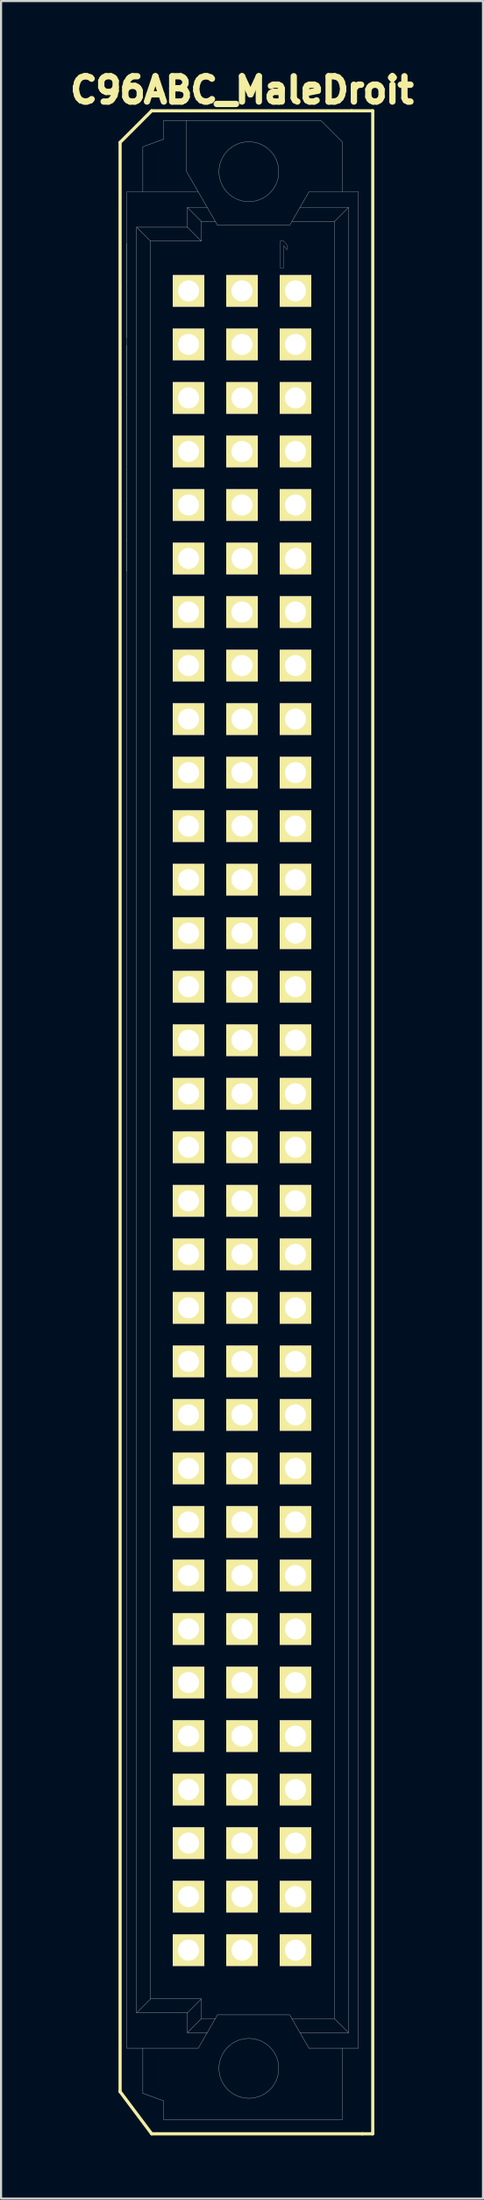
<source format=kicad_pcb>
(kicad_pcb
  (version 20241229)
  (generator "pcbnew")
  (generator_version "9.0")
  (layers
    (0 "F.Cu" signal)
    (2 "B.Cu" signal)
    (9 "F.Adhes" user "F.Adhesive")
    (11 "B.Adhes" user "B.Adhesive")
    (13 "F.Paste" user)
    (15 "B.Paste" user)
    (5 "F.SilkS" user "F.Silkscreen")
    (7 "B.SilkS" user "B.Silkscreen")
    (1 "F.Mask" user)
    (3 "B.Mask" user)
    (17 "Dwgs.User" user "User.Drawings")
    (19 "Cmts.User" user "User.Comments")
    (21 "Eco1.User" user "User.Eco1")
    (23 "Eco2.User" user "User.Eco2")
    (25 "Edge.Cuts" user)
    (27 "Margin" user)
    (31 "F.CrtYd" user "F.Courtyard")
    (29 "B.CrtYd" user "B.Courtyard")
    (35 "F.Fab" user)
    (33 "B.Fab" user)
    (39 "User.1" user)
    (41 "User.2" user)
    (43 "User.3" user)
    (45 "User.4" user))
  (footprint "C96ABC_MaleDroit"
    (layer "F.Cu")
    (at 5.904 10.754)
    (property "Reference" "C96ABC_MaleDroit" (at 2.54 -9.525 180) (layer "F.SilkS") (effects (font (size 1.2 1.2) (thickness 0.3))))
    (attr through_hole)
    (fp_line (start -3.25 -7.046) (end -3.25 85.454) (stroke (width 0.15) (type solid)) (layer "F.SilkS"))
    (fp_line (start -3.25 85.454) (end -1.75 87.454) (stroke (width 0.15) (type solid)) (layer "F.SilkS"))
    (fp_line (start -1.75 -8.546) (end -3.25 -7.046) (stroke (width 0.15) (type solid)) (layer "F.SilkS"))
    (fp_line (start -1.75 87.454) (end 8.25 87.454) (stroke (width 0.15) (type solid)) (layer "F.SilkS"))
    (fp_line (start 7.75 -8.546) (end -1.75 -8.546) (stroke (width 0.15) (type solid)) (layer "F.SilkS"))
    (fp_line (start 7.75 -8.546) (end 8.75 -8.546) (stroke (width 0.15) (type solid)) (layer "F.SilkS"))
    (fp_line (start 8.25 87.454) (end 8.75 87.454) (stroke (width 0.15) (type solid)) (layer "F.SilkS"))
    (fp_line (start 8.75 -8.546) (end 8.75 87.454) (stroke (width 0.15) (type solid)) (layer "F.SilkS"))
    (fp_line (start -2.953 -2.235) (end -2.953 2.204) (stroke (width 0.004) (type solid)) (layer "Dwgs.User"))
    (fp_line (start -2.953 2.6) (end -2.953 8.293) (stroke (width 0.004) (type solid)) (layer "Dwgs.User"))
    (fp_line (start -2.953 8.376) (end -2.953 13.298) (stroke (width 0.004) (type solid)) (layer "Dwgs.User"))
    (fp_line (start -2.933 -2.235) (end -2.953 -2.235) (stroke (width 0.004) (type solid)) (layer "Dwgs.User"))
    (fp_line (start -2.933 -0.478) (end -2.953 -0.478) (stroke (width 0.004) (type solid)) (layer "Dwgs.User"))
    (fp_line (start -2.933 2.204) (end -2.953 2.204) (stroke (width 0.004) (type solid)) (layer "Dwgs.User"))
    (fp_line (start -2.933 2.6) (end -2.953 2.6) (stroke (width 0.004) (type solid)) (layer "Dwgs.User"))
    (fp_line (start -2.933 4.895) (end -2.953 4.895) (stroke (width 0.004) (type solid)) (layer "Dwgs.User"))
    (fp_line (start -2.933 5.447) (end -2.953 5.447) (stroke (width 0.004) (type solid)) (layer "Dwgs.User"))
    (fp_line (start -2.933 5.998) (end -2.953 5.998) (stroke (width 0.004) (type solid)) (layer "Dwgs.User"))
    (fp_line (start -2.933 8.293) (end -2.953 8.293) (stroke (width 0.004) (type solid)) (layer "Dwgs.User"))
    (fp_line (start -2.933 8.376) (end -2.953 8.376) (stroke (width 0.004) (type solid)) (layer "Dwgs.User"))
    (fp_line (start -2.933 9.839) (end -2.953 9.839) (stroke (width 0.004) (type solid)) (layer "Dwgs.User"))
    (fp_line (start -2.933 11.834) (end -2.953 11.834) (stroke (width 0.004) (type solid)) (layer "Dwgs.User"))
    (fp_line (start -2.933 13.298) (end -2.953 13.298) (stroke (width 0.004) (type solid)) (layer "Dwgs.User"))
    (fp_line (start -2.933 83.391) (end -2.933 -4.703) (stroke (width 0.004) (type solid)) (layer "Dwgs.User"))
    (fp_line (start -2.462 -3.023) (end -2.462 81.711) (stroke (width 0.004) (type solid)) (layer "Dwgs.User"))
    (fp_line (start -2.462 81.711) (end -0.052 81.711) (stroke (width 0.004) (type solid)) (layer "Dwgs.User"))
    (fp_line (start -2.167 -6.843) (end -2.167 -4.703) (stroke (width 0.004) (type solid)) (layer "Dwgs.User"))
    (fp_line (start -2.167 83.391) (end -2.167 85.531) (stroke (width 0.004) (type solid)) (layer "Dwgs.User"))
    (fp_line (start -2.167 85.531) (end -1.177 85.891) (stroke (width 0.004) (type solid)) (layer "Dwgs.User"))
    (fp_line (start -1.802 -2.363) (end -2.462 -3.023) (stroke (width 0.004) (type solid)) (layer "Dwgs.User"))
    (fp_line (start -1.802 -2.363) (end -1.802 81.051) (stroke (width 0.004) (type solid)) (layer "Dwgs.User"))
    (fp_line (start -1.802 81.051) (end -2.462 81.711) (stroke (width 0.004) (type solid)) (layer "Dwgs.User"))
    (fp_line (start -1.802 81.051) (end 0.608 81.051) (stroke (width 0.004) (type solid)) (layer "Dwgs.User"))
    (fp_line (start -1.177 -8.093) (end -1.177 -7.203) (stroke (width 0.004) (type solid)) (layer "Dwgs.User"))
    (fp_line (start -1.177 -7.203) (end -2.167 -6.843) (stroke (width 0.004) (type solid)) (layer "Dwgs.User"))
    (fp_line (start -1.177 85.891) (end -1.177 86.781) (stroke (width 0.004) (type solid)) (layer "Dwgs.User"))
    (fp_line (start -1.177 86.781) (end 7.303 86.781) (stroke (width 0.004) (type solid)) (layer "Dwgs.User"))
    (fp_line (start -0.264 0.29) (end -0.264 -0.346) (stroke (width 0.004) (type solid)) (layer "Dwgs.User"))
    (fp_line (start -0.264 2.83) (end -0.264 2.195) (stroke (width 0.004) (type solid)) (layer "Dwgs.User"))
    (fp_line (start -0.264 5.37) (end -0.264 4.735) (stroke (width 0.004) (type solid)) (layer "Dwgs.User"))
    (fp_line (start -0.264 7.91) (end -0.264 7.275) (stroke (width 0.004) (type solid)) (layer "Dwgs.User"))
    (fp_line (start -0.264 10.45) (end -0.264 9.815) (stroke (width 0.004) (type solid)) (layer "Dwgs.User"))
    (fp_line (start -0.264 12.99) (end -0.264 12.355) (stroke (width 0.004) (type solid)) (layer "Dwgs.User"))
    (fp_line (start -0.264 15.53) (end -0.264 14.895) (stroke (width 0.004) (type solid)) (layer "Dwgs.User"))
    (fp_line (start -0.264 18.07) (end -0.264 17.435) (stroke (width 0.004) (type solid)) (layer "Dwgs.User"))
    (fp_line (start -0.264 20.61) (end -0.264 19.975) (stroke (width 0.004) (type solid)) (layer "Dwgs.User"))
    (fp_line (start -0.264 23.151) (end -0.264 22.516) (stroke (width 0.004) (type solid)) (layer "Dwgs.User"))
    (fp_line (start -0.264 25.691) (end -0.264 25.056) (stroke (width 0.004) (type solid)) (layer "Dwgs.User"))
    (fp_line (start -0.264 28.231) (end -0.264 27.596) (stroke (width 0.004) (type solid)) (layer "Dwgs.User"))
    (fp_line (start -0.264 30.771) (end -0.264 30.136) (stroke (width 0.004) (type solid)) (layer "Dwgs.User"))
    (fp_line (start -0.264 33.311) (end -0.264 32.676) (stroke (width 0.004) (type solid)) (layer "Dwgs.User"))
    (fp_line (start -0.264 35.851) (end -0.264 35.216) (stroke (width 0.004) (type solid)) (layer "Dwgs.User"))
    (fp_line (start -0.264 38.391) (end -0.264 37.756) (stroke (width 0.004) (type solid)) (layer "Dwgs.User"))
    (fp_line (start -0.264 40.931) (end -0.264 40.296) (stroke (width 0.004) (type solid)) (layer "Dwgs.User"))
    (fp_line (start -0.264 43.472) (end -0.264 42.837) (stroke (width 0.004) (type solid)) (layer "Dwgs.User"))
    (fp_line (start -0.264 46.012) (end -0.264 45.377) (stroke (width 0.004) (type solid)) (layer "Dwgs.User"))
    (fp_line (start -0.264 48.552) (end -0.264 47.917) (stroke (width 0.004) (type solid)) (layer "Dwgs.User"))
    (fp_line (start -0.264 51.092) (end -0.264 50.457) (stroke (width 0.004) (type solid)) (layer "Dwgs.User"))
    (fp_line (start -0.264 53.632) (end -0.264 52.997) (stroke (width 0.004) (type solid)) (layer "Dwgs.User"))
    (fp_line (start -0.264 56.172) (end -0.264 55.537) (stroke (width 0.004) (type solid)) (layer "Dwgs.User"))
    (fp_line (start -0.264 58.712) (end -0.264 58.077) (stroke (width 0.004) (type solid)) (layer "Dwgs.User"))
    (fp_line (start -0.264 61.252) (end -0.264 60.617) (stroke (width 0.004) (type solid)) (layer "Dwgs.User"))
    (fp_line (start -0.264 63.793) (end -0.264 63.158) (stroke (width 0.004) (type solid)) (layer "Dwgs.User"))
    (fp_line (start -0.264 66.333) (end -0.264 65.698) (stroke (width 0.004) (type solid)) (layer "Dwgs.User"))
    (fp_line (start -0.264 68.873) (end -0.264 68.238) (stroke (width 0.004) (type solid)) (layer "Dwgs.User"))
    (fp_line (start -0.264 71.413) (end -0.264 70.778) (stroke (width 0.004) (type solid)) (layer "Dwgs.User"))
    (fp_line (start -0.264 73.953) (end -0.264 73.318) (stroke (width 0.004) (type solid)) (layer "Dwgs.User"))
    (fp_line (start -0.264 76.493) (end -0.264 75.858) (stroke (width 0.004) (type solid)) (layer "Dwgs.User"))
    (fp_line (start -0.264 79.033) (end -0.264 78.398) (stroke (width 0.004) (type solid)) (layer "Dwgs.User"))
    (fp_line (start -0.089 -8.093) (end -0.089 -5.658) (stroke (width 0.004) (type solid)) (layer "Dwgs.User"))
    (fp_line (start -0.052 -3.963) (end -0.052 -3.023) (stroke (width 0.004) (type solid)) (layer "Dwgs.User"))
    (fp_line (start -0.052 -3.023) (end -2.462 -3.023) (stroke (width 0.004) (type solid)) (layer "Dwgs.User"))
    (fp_line (start -0.052 81.711) (end -0.052 82.651) (stroke (width 0.004) (type solid)) (layer "Dwgs.User"))
    (fp_line (start -0.052 82.651) (end 0.89 82.651) (stroke (width 0.004) (type solid)) (layer "Dwgs.User"))
    (fp_line (start 0.32 -0.346) (end -0.264 -0.346) (stroke (width 0.004) (type solid)) (layer "Dwgs.User"))
    (fp_line (start 0.32 0.29) (end -0.264 0.29) (stroke (width 0.004) (type solid)) (layer "Dwgs.User"))
    (fp_line (start 0.32 0.29) (end 0.32 -0.346) (stroke (width 0.004) (type solid)) (layer "Dwgs.User"))
    (fp_line (start 0.32 2.195) (end -0.264 2.195) (stroke (width 0.004) (type solid)) (layer "Dwgs.User"))
    (fp_line (start 0.32 2.83) (end -0.264 2.83) (stroke (width 0.004) (type solid)) (layer "Dwgs.User"))
    (fp_line (start 0.32 2.83) (end 0.32 2.195) (stroke (width 0.004) (type solid)) (layer "Dwgs.User"))
    (fp_line (start 0.32 4.735) (end -0.264 4.735) (stroke (width 0.004) (type solid)) (layer "Dwgs.User"))
    (fp_line (start 0.32 5.37) (end -0.264 5.37) (stroke (width 0.004) (type solid)) (layer "Dwgs.User"))
    (fp_line (start 0.32 5.37) (end 0.32 4.735) (stroke (width 0.004) (type solid)) (layer "Dwgs.User"))
    (fp_line (start 0.32 7.275) (end -0.264 7.275) (stroke (width 0.004) (type solid)) (layer "Dwgs.User"))
    (fp_line (start 0.32 7.91) (end -0.264 7.91) (stroke (width 0.004) (type solid)) (layer "Dwgs.User"))
    (fp_line (start 0.32 7.91) (end 0.32 7.275) (stroke (width 0.004) (type solid)) (layer "Dwgs.User"))
    (fp_line (start 0.32 9.815) (end -0.264 9.815) (stroke (width 0.004) (type solid)) (layer "Dwgs.User"))
    (fp_line (start 0.32 10.45) (end -0.264 10.45) (stroke (width 0.004) (type solid)) (layer "Dwgs.User"))
    (fp_line (start 0.32 10.45) (end 0.32 9.815) (stroke (width 0.004) (type solid)) (layer "Dwgs.User"))
    (fp_line (start 0.32 12.355) (end -0.264 12.355) (stroke (width 0.004) (type solid)) (layer "Dwgs.User"))
    (fp_line (start 0.32 12.99) (end -0.264 12.99) (stroke (width 0.004) (type solid)) (layer "Dwgs.User"))
    (fp_line (start 0.32 12.99) (end 0.32 12.355) (stroke (width 0.004) (type solid)) (layer "Dwgs.User"))
    (fp_line (start 0.32 14.895) (end -0.264 14.895) (stroke (width 0.004) (type solid)) (layer "Dwgs.User"))
    (fp_line (start 0.32 15.53) (end -0.264 15.53) (stroke (width 0.004) (type solid)) (layer "Dwgs.User"))
    (fp_line (start 0.32 15.53) (end 0.32 14.895) (stroke (width 0.004) (type solid)) (layer "Dwgs.User"))
    (fp_line (start 0.32 17.435) (end -0.264 17.435) (stroke (width 0.004) (type solid)) (layer "Dwgs.User"))
    (fp_line (start 0.32 18.07) (end -0.264 18.07) (stroke (width 0.004) (type solid)) (layer "Dwgs.User"))
    (fp_line (start 0.32 18.07) (end 0.32 17.435) (stroke (width 0.004) (type solid)) (layer "Dwgs.User"))
    (fp_line (start 0.32 19.975) (end -0.264 19.975) (stroke (width 0.004) (type solid)) (layer "Dwgs.User"))
    (fp_line (start 0.32 20.61) (end -0.264 20.61) (stroke (width 0.004) (type solid)) (layer "Dwgs.User"))
    (fp_line (start 0.32 20.61) (end 0.32 19.975) (stroke (width 0.004) (type solid)) (layer "Dwgs.User"))
    (fp_line (start 0.32 22.516) (end -0.264 22.516) (stroke (width 0.004) (type solid)) (layer "Dwgs.User"))
    (fp_line (start 0.32 23.151) (end -0.264 23.151) (stroke (width 0.004) (type solid)) (layer "Dwgs.User"))
    (fp_line (start 0.32 23.151) (end 0.32 22.516) (stroke (width 0.004) (type solid)) (layer "Dwgs.User"))
    (fp_line (start 0.32 25.056) (end -0.264 25.056) (stroke (width 0.004) (type solid)) (layer "Dwgs.User"))
    (fp_line (start 0.32 25.691) (end -0.264 25.691) (stroke (width 0.004) (type solid)) (layer "Dwgs.User"))
    (fp_line (start 0.32 25.691) (end 0.32 25.056) (stroke (width 0.004) (type solid)) (layer "Dwgs.User"))
    (fp_line (start 0.32 27.596) (end -0.264 27.596) (stroke (width 0.004) (type solid)) (layer "Dwgs.User"))
    (fp_line (start 0.32 28.231) (end -0.264 28.231) (stroke (width 0.004) (type solid)) (layer "Dwgs.User"))
    (fp_line (start 0.32 28.231) (end 0.32 27.596) (stroke (width 0.004) (type solid)) (layer "Dwgs.User"))
    (fp_line (start 0.32 30.136) (end -0.264 30.136) (stroke (width 0.004) (type solid)) (layer "Dwgs.User"))
    (fp_line (start 0.32 30.771) (end -0.264 30.771) (stroke (width 0.004) (type solid)) (layer "Dwgs.User"))
    (fp_line (start 0.32 30.771) (end 0.32 30.136) (stroke (width 0.004) (type solid)) (layer "Dwgs.User"))
    (fp_line (start 0.32 32.676) (end -0.264 32.676) (stroke (width 0.004) (type solid)) (layer "Dwgs.User"))
    (fp_line (start 0.32 33.311) (end -0.264 33.311) (stroke (width 0.004) (type solid)) (layer "Dwgs.User"))
    (fp_line (start 0.32 33.311) (end 0.32 32.676) (stroke (width 0.004) (type solid)) (layer "Dwgs.User"))
    (fp_line (start 0.32 35.216) (end -0.264 35.216) (stroke (width 0.004) (type solid)) (layer "Dwgs.User"))
    (fp_line (start 0.32 35.851) (end -0.264 35.851) (stroke (width 0.004) (type solid)) (layer "Dwgs.User"))
    (fp_line (start 0.32 35.851) (end 0.32 35.216) (stroke (width 0.004) (type solid)) (layer "Dwgs.User"))
    (fp_line (start 0.32 37.756) (end -0.264 37.756) (stroke (width 0.004) (type solid)) (layer "Dwgs.User"))
    (fp_line (start 0.32 38.391) (end -0.264 38.391) (stroke (width 0.004) (type solid)) (layer "Dwgs.User"))
    (fp_line (start 0.32 38.391) (end 0.32 37.756) (stroke (width 0.004) (type solid)) (layer "Dwgs.User"))
    (fp_line (start 0.32 40.296) (end -0.264 40.296) (stroke (width 0.004) (type solid)) (layer "Dwgs.User"))
    (fp_line (start 0.32 40.931) (end -0.264 40.931) (stroke (width 0.004) (type solid)) (layer "Dwgs.User"))
    (fp_line (start 0.32 40.931) (end 0.32 40.296) (stroke (width 0.004) (type solid)) (layer "Dwgs.User"))
    (fp_line (start 0.32 42.837) (end -0.264 42.837) (stroke (width 0.004) (type solid)) (layer "Dwgs.User"))
    (fp_line (start 0.32 43.472) (end -0.264 43.472) (stroke (width 0.004) (type solid)) (layer "Dwgs.User"))
    (fp_line (start 0.32 43.472) (end 0.32 42.837) (stroke (width 0.004) (type solid)) (layer "Dwgs.User"))
    (fp_line (start 0.32 45.377) (end -0.264 45.377) (stroke (width 0.004) (type solid)) (layer "Dwgs.User"))
    (fp_line (start 0.32 46.012) (end -0.264 46.012) (stroke (width 0.004) (type solid)) (layer "Dwgs.User"))
    (fp_line (start 0.32 46.012) (end 0.32 45.377) (stroke (width 0.004) (type solid)) (layer "Dwgs.User"))
    (fp_line (start 0.32 47.917) (end -0.264 47.917) (stroke (width 0.004) (type solid)) (layer "Dwgs.User"))
    (fp_line (start 0.32 48.552) (end -0.264 48.552) (stroke (width 0.004) (type solid)) (layer "Dwgs.User"))
    (fp_line (start 0.32 48.552) (end 0.32 47.917) (stroke (width 0.004) (type solid)) (layer "Dwgs.User"))
    (fp_line (start 0.32 50.457) (end -0.264 50.457) (stroke (width 0.004) (type solid)) (layer "Dwgs.User"))
    (fp_line (start 0.32 51.092) (end -0.264 51.092) (stroke (width 0.004) (type solid)) (layer "Dwgs.User"))
    (fp_line (start 0.32 51.092) (end 0.32 50.457) (stroke (width 0.004) (type solid)) (layer "Dwgs.User"))
    (fp_line (start 0.32 52.997) (end -0.264 52.997) (stroke (width 0.004) (type solid)) (layer "Dwgs.User"))
    (fp_line (start 0.32 53.632) (end -0.264 53.632) (stroke (width 0.004) (type solid)) (layer "Dwgs.User"))
    (fp_line (start 0.32 53.632) (end 0.32 52.997) (stroke (width 0.004) (type solid)) (layer "Dwgs.User"))
    (fp_line (start 0.32 55.537) (end -0.264 55.537) (stroke (width 0.004) (type solid)) (layer "Dwgs.User"))
    (fp_line (start 0.32 56.172) (end -0.264 56.172) (stroke (width 0.004) (type solid)) (layer "Dwgs.User"))
    (fp_line (start 0.32 56.172) (end 0.32 55.537) (stroke (width 0.004) (type solid)) (layer "Dwgs.User"))
    (fp_line (start 0.32 58.077) (end -0.264 58.077) (stroke (width 0.004) (type solid)) (layer "Dwgs.User"))
    (fp_line (start 0.32 58.712) (end -0.264 58.712) (stroke (width 0.004) (type solid)) (layer "Dwgs.User"))
    (fp_line (start 0.32 58.712) (end 0.32 58.077) (stroke (width 0.004) (type solid)) (layer "Dwgs.User"))
    (fp_line (start 0.32 60.617) (end -0.264 60.617) (stroke (width 0.004) (type solid)) (layer "Dwgs.User"))
    (fp_line (start 0.32 61.252) (end -0.264 61.252) (stroke (width 0.004) (type solid)) (layer "Dwgs.User"))
    (fp_line (start 0.32 61.252) (end 0.32 60.617) (stroke (width 0.004) (type solid)) (layer "Dwgs.User"))
    (fp_line (start 0.32 63.158) (end -0.264 63.158) (stroke (width 0.004) (type solid)) (layer "Dwgs.User"))
    (fp_line (start 0.32 63.793) (end -0.264 63.793) (stroke (width 0.004) (type solid)) (layer "Dwgs.User"))
    (fp_line (start 0.32 63.793) (end 0.32 63.158) (stroke (width 0.004) (type solid)) (layer "Dwgs.User"))
    (fp_line (start 0.32 65.698) (end -0.264 65.698) (stroke (width 0.004) (type solid)) (layer "Dwgs.User"))
    (fp_line (start 0.32 66.333) (end -0.264 66.333) (stroke (width 0.004) (type solid)) (layer "Dwgs.User"))
    (fp_line (start 0.32 66.333) (end 0.32 65.698) (stroke (width 0.004) (type solid)) (layer "Dwgs.User"))
    (fp_line (start 0.32 68.238) (end -0.264 68.238) (stroke (width 0.004) (type solid)) (layer "Dwgs.User"))
    (fp_line (start 0.32 68.873) (end -0.264 68.873) (stroke (width 0.004) (type solid)) (layer "Dwgs.User"))
    (fp_line (start 0.32 68.873) (end 0.32 68.238) (stroke (width 0.004) (type solid)) (layer "Dwgs.User"))
    (fp_line (start 0.32 70.778) (end -0.264 70.778) (stroke (width 0.004) (type solid)) (layer "Dwgs.User"))
    (fp_line (start 0.32 71.413) (end -0.264 71.413) (stroke (width 0.004) (type solid)) (layer "Dwgs.User"))
    (fp_line (start 0.32 71.413) (end 0.32 70.778) (stroke (width 0.004) (type solid)) (layer "Dwgs.User"))
    (fp_line (start 0.32 73.318) (end -0.264 73.318) (stroke (width 0.004) (type solid)) (layer "Dwgs.User"))
    (fp_line (start 0.32 73.953) (end -0.264 73.953) (stroke (width 0.004) (type solid)) (layer "Dwgs.User"))
    (fp_line (start 0.32 73.953) (end 0.32 73.318) (stroke (width 0.004) (type solid)) (layer "Dwgs.User"))
    (fp_line (start 0.32 75.858) (end -0.264 75.858) (stroke (width 0.004) (type solid)) (layer "Dwgs.User"))
    (fp_line (start 0.32 76.493) (end -0.264 76.493) (stroke (width 0.004) (type solid)) (layer "Dwgs.User"))
    (fp_line (start 0.32 76.493) (end 0.32 75.858) (stroke (width 0.004) (type solid)) (layer "Dwgs.User"))
    (fp_line (start 0.32 78.398) (end -0.264 78.398) (stroke (width 0.004) (type solid)) (layer "Dwgs.User"))
    (fp_line (start 0.32 79.033) (end -0.264 79.033) (stroke (width 0.004) (type solid)) (layer "Dwgs.User"))
    (fp_line (start 0.32 79.033) (end 0.32 78.398) (stroke (width 0.004) (type solid)) (layer "Dwgs.User"))
    (fp_line (start 0.463 -4.703) (end -2.933 -4.703) (stroke (width 0.004) (type solid)) (layer "Dwgs.User"))
    (fp_line (start 0.463 83.391) (end -2.933 83.391) (stroke (width 0.004) (type solid)) (layer "Dwgs.User"))
    (fp_line (start 0.463 83.391) (end 1.378 81.806) (stroke (width 0.004) (type solid)) (layer "Dwgs.User"))
    (fp_line (start 0.608 -3.303) (end -0.052 -3.963) (stroke (width 0.004) (type solid)) (layer "Dwgs.User"))
    (fp_line (start 0.608 -3.303) (end 0.608 -2.363) (stroke (width 0.004) (type solid)) (layer "Dwgs.User"))
    (fp_line (start 0.608 -2.363) (end -1.802 -2.363) (stroke (width 0.004) (type solid)) (layer "Dwgs.User"))
    (fp_line (start 0.608 -2.363) (end -0.052 -3.023) (stroke (width 0.004) (type solid)) (layer "Dwgs.User"))
    (fp_line (start 0.608 81.051) (end -0.052 81.711) (stroke (width 0.004) (type solid)) (layer "Dwgs.User"))
    (fp_line (start 0.608 81.051) (end 0.608 81.991) (stroke (width 0.004) (type solid)) (layer "Dwgs.User"))
    (fp_line (start 0.608 81.991) (end -0.052 82.651) (stroke (width 0.004) (type solid)) (layer "Dwgs.User"))
    (fp_line (start 0.608 81.991) (end 1.271 81.991) (stroke (width 0.004) (type solid)) (layer "Dwgs.User"))
    (fp_line (start 0.89 -3.963) (end -0.052 -3.963) (stroke (width 0.004) (type solid)) (layer "Dwgs.User"))
    (fp_line (start 1.271 -3.303) (end 0.608 -3.303) (stroke (width 0.004) (type solid)) (layer "Dwgs.User"))
    (fp_line (start 1.378 -3.118) (end -0.089 -5.658) (stroke (width 0.004) (type solid)) (layer "Dwgs.User"))
    (fp_line (start 1.378 81.806) (end 4.808 81.806) (stroke (width 0.004) (type solid)) (layer "Dwgs.User"))
    (fp_line (start 2.276 0.29) (end 2.276 -0.346) (stroke (width 0.004) (type solid)) (layer "Dwgs.User"))
    (fp_line (start 2.276 2.83) (end 2.276 2.195) (stroke (width 0.004) (type solid)) (layer "Dwgs.User"))
    (fp_line (start 2.276 5.37) (end 2.276 4.735) (stroke (width 0.004) (type solid)) (layer "Dwgs.User"))
    (fp_line (start 2.276 7.91) (end 2.276 7.275) (stroke (width 0.004) (type solid)) (layer "Dwgs.User"))
    (fp_line (start 2.276 10.45) (end 2.276 9.815) (stroke (width 0.004) (type solid)) (layer "Dwgs.User"))
    (fp_line (start 2.276 12.99) (end 2.276 12.355) (stroke (width 0.004) (type solid)) (layer "Dwgs.User"))
    (fp_line (start 2.276 15.53) (end 2.276 14.895) (stroke (width 0.004) (type solid)) (layer "Dwgs.User"))
    (fp_line (start 2.276 18.07) (end 2.276 17.435) (stroke (width 0.004) (type solid)) (layer "Dwgs.User"))
    (fp_line (start 2.276 20.61) (end 2.276 19.975) (stroke (width 0.004) (type solid)) (layer "Dwgs.User"))
    (fp_line (start 2.276 23.151) (end 2.276 22.516) (stroke (width 0.004) (type solid)) (layer "Dwgs.User"))
    (fp_line (start 2.276 25.691) (end 2.276 25.056) (stroke (width 0.004) (type solid)) (layer "Dwgs.User"))
    (fp_line (start 2.276 28.231) (end 2.276 27.596) (stroke (width 0.004) (type solid)) (layer "Dwgs.User"))
    (fp_line (start 2.276 30.771) (end 2.276 30.136) (stroke (width 0.004) (type solid)) (layer "Dwgs.User"))
    (fp_line (start 2.276 33.311) (end 2.276 32.676) (stroke (width 0.004) (type solid)) (layer "Dwgs.User"))
    (fp_line (start 2.276 35.851) (end 2.276 35.216) (stroke (width 0.004) (type solid)) (layer "Dwgs.User"))
    (fp_line (start 2.276 38.391) (end 2.276 37.756) (stroke (width 0.004) (type solid)) (layer "Dwgs.User"))
    (fp_line (start 2.276 40.931) (end 2.276 40.296) (stroke (width 0.004) (type solid)) (layer "Dwgs.User"))
    (fp_line (start 2.276 43.472) (end 2.276 42.837) (stroke (width 0.004) (type solid)) (layer "Dwgs.User"))
    (fp_line (start 2.276 46.012) (end 2.276 45.377) (stroke (width 0.004) (type solid)) (layer "Dwgs.User"))
    (fp_line (start 2.276 48.552) (end 2.276 47.917) (stroke (width 0.004) (type solid)) (layer "Dwgs.User"))
    (fp_line (start 2.276 51.092) (end 2.276 50.457) (stroke (width 0.004) (type solid)) (layer "Dwgs.User"))
    (fp_line (start 2.276 53.632) (end 2.276 52.997) (stroke (width 0.004) (type solid)) (layer "Dwgs.User"))
    (fp_line (start 2.276 56.172) (end 2.276 55.537) (stroke (width 0.004) (type solid)) (layer "Dwgs.User"))
    (fp_line (start 2.276 58.712) (end 2.276 58.077) (stroke (width 0.004) (type solid)) (layer "Dwgs.User"))
    (fp_line (start 2.276 61.252) (end 2.276 60.617) (stroke (width 0.004) (type solid)) (layer "Dwgs.User"))
    (fp_line (start 2.276 63.793) (end 2.276 63.158) (stroke (width 0.004) (type solid)) (layer "Dwgs.User"))
    (fp_line (start 2.276 66.333) (end 2.276 65.698) (stroke (width 0.004) (type solid)) (layer "Dwgs.User"))
    (fp_line (start 2.276 68.873) (end 2.276 68.238) (stroke (width 0.004) (type solid)) (layer "Dwgs.User"))
    (fp_line (start 2.276 71.413) (end 2.276 70.778) (stroke (width 0.004) (type solid)) (layer "Dwgs.User"))
    (fp_line (start 2.276 73.953) (end 2.276 73.318) (stroke (width 0.004) (type solid)) (layer "Dwgs.User"))
    (fp_line (start 2.276 76.493) (end 2.276 75.858) (stroke (width 0.004) (type solid)) (layer "Dwgs.User"))
    (fp_line (start 2.276 79.033) (end 2.276 78.398) (stroke (width 0.004) (type solid)) (layer "Dwgs.User"))
    (fp_line (start 2.86 -0.346) (end 2.276 -0.346) (stroke (width 0.004) (type solid)) (layer "Dwgs.User"))
    (fp_line (start 2.86 0.29) (end 2.276 0.29) (stroke (width 0.004) (type solid)) (layer "Dwgs.User"))
    (fp_line (start 2.86 0.29) (end 2.86 -0.346) (stroke (width 0.004) (type solid)) (layer "Dwgs.User"))
    (fp_line (start 2.86 2.195) (end 2.276 2.195) (stroke (width 0.004) (type solid)) (layer "Dwgs.User"))
    (fp_line (start 2.86 2.83) (end 2.276 2.83) (stroke (width 0.004) (type solid)) (layer "Dwgs.User"))
    (fp_line (start 2.86 2.83) (end 2.86 2.195) (stroke (width 0.004) (type solid)) (layer "Dwgs.User"))
    (fp_line (start 2.86 4.735) (end 2.276 4.735) (stroke (width 0.004) (type solid)) (layer "Dwgs.User"))
    (fp_line (start 2.86 5.37) (end 2.276 5.37) (stroke (width 0.004) (type solid)) (layer "Dwgs.User"))
    (fp_line (start 2.86 5.37) (end 2.86 4.735) (stroke (width 0.004) (type solid)) (layer "Dwgs.User"))
    (fp_line (start 2.86 7.275) (end 2.276 7.275) (stroke (width 0.004) (type solid)) (layer "Dwgs.User"))
    (fp_line (start 2.86 7.91) (end 2.276 7.91) (stroke (width 0.004) (type solid)) (layer "Dwgs.User"))
    (fp_line (start 2.86 7.91) (end 2.86 7.275) (stroke (width 0.004) (type solid)) (layer "Dwgs.User"))
    (fp_line (start 2.86 9.815) (end 2.276 9.815) (stroke (width 0.004) (type solid)) (layer "Dwgs.User"))
    (fp_line (start 2.86 10.45) (end 2.276 10.45) (stroke (width 0.004) (type solid)) (layer "Dwgs.User"))
    (fp_line (start 2.86 10.45) (end 2.86 9.815) (stroke (width 0.004) (type solid)) (layer "Dwgs.User"))
    (fp_line (start 2.86 12.355) (end 2.276 12.355) (stroke (width 0.004) (type solid)) (layer "Dwgs.User"))
    (fp_line (start 2.86 12.99) (end 2.276 12.99) (stroke (width 0.004) (type solid)) (layer "Dwgs.User"))
    (fp_line (start 2.86 12.99) (end 2.86 12.355) (stroke (width 0.004) (type solid)) (layer "Dwgs.User"))
    (fp_line (start 2.86 14.895) (end 2.276 14.895) (stroke (width 0.004) (type solid)) (layer "Dwgs.User"))
    (fp_line (start 2.86 15.53) (end 2.276 15.53) (stroke (width 0.004) (type solid)) (layer "Dwgs.User"))
    (fp_line (start 2.86 15.53) (end 2.86 14.895) (stroke (width 0.004) (type solid)) (layer "Dwgs.User"))
    (fp_line (start 2.86 17.435) (end 2.276 17.435) (stroke (width 0.004) (type solid)) (layer "Dwgs.User"))
    (fp_line (start 2.86 18.07) (end 2.276 18.07) (stroke (width 0.004) (type solid)) (layer "Dwgs.User"))
    (fp_line (start 2.86 18.07) (end 2.86 17.435) (stroke (width 0.004) (type solid)) (layer "Dwgs.User"))
    (fp_line (start 2.86 19.975) (end 2.276 19.975) (stroke (width 0.004) (type solid)) (layer "Dwgs.User"))
    (fp_line (start 2.86 20.61) (end 2.276 20.61) (stroke (width 0.004) (type solid)) (layer "Dwgs.User"))
    (fp_line (start 2.86 20.61) (end 2.86 19.975) (stroke (width 0.004) (type solid)) (layer "Dwgs.User"))
    (fp_line (start 2.86 22.516) (end 2.276 22.516) (stroke (width 0.004) (type solid)) (layer "Dwgs.User"))
    (fp_line (start 2.86 23.151) (end 2.276 23.151) (stroke (width 0.004) (type solid)) (layer "Dwgs.User"))
    (fp_line (start 2.86 23.151) (end 2.86 22.516) (stroke (width 0.004) (type solid)) (layer "Dwgs.User"))
    (fp_line (start 2.86 25.056) (end 2.276 25.056) (stroke (width 0.004) (type solid)) (layer "Dwgs.User"))
    (fp_line (start 2.86 25.691) (end 2.276 25.691) (stroke (width 0.004) (type solid)) (layer "Dwgs.User"))
    (fp_line (start 2.86 25.691) (end 2.86 25.056) (stroke (width 0.004) (type solid)) (layer "Dwgs.User"))
    (fp_line (start 2.86 27.596) (end 2.276 27.596) (stroke (width 0.004) (type solid)) (layer "Dwgs.User"))
    (fp_line (start 2.86 28.231) (end 2.276 28.231) (stroke (width 0.004) (type solid)) (layer "Dwgs.User"))
    (fp_line (start 2.86 28.231) (end 2.86 27.596) (stroke (width 0.004) (type solid)) (layer "Dwgs.User"))
    (fp_line (start 2.86 30.136) (end 2.276 30.136) (stroke (width 0.004) (type solid)) (layer "Dwgs.User"))
    (fp_line (start 2.86 30.771) (end 2.276 30.771) (stroke (width 0.004) (type solid)) (layer "Dwgs.User"))
    (fp_line (start 2.86 30.771) (end 2.86 30.136) (stroke (width 0.004) (type solid)) (layer "Dwgs.User"))
    (fp_line (start 2.86 32.676) (end 2.276 32.676) (stroke (width 0.004) (type solid)) (layer "Dwgs.User"))
    (fp_line (start 2.86 33.311) (end 2.276 33.311) (stroke (width 0.004) (type solid)) (layer "Dwgs.User"))
    (fp_line (start 2.86 33.311) (end 2.86 32.676) (stroke (width 0.004) (type solid)) (layer "Dwgs.User"))
    (fp_line (start 2.86 35.216) (end 2.276 35.216) (stroke (width 0.004) (type solid)) (layer "Dwgs.User"))
    (fp_line (start 2.86 35.851) (end 2.276 35.851) (stroke (width 0.004) (type solid)) (layer "Dwgs.User"))
    (fp_line (start 2.86 35.851) (end 2.86 35.216) (stroke (width 0.004) (type solid)) (layer "Dwgs.User"))
    (fp_line (start 2.86 37.756) (end 2.276 37.756) (stroke (width 0.004) (type solid)) (layer "Dwgs.User"))
    (fp_line (start 2.86 38.391) (end 2.276 38.391) (stroke (width 0.004) (type solid)) (layer "Dwgs.User"))
    (fp_line (start 2.86 38.391) (end 2.86 37.756) (stroke (width 0.004) (type solid)) (layer "Dwgs.User"))
    (fp_line (start 2.86 40.296) (end 2.276 40.296) (stroke (width 0.004) (type solid)) (layer "Dwgs.User"))
    (fp_line (start 2.86 40.931) (end 2.276 40.931) (stroke (width 0.004) (type solid)) (layer "Dwgs.User"))
    (fp_line (start 2.86 40.931) (end 2.86 40.296) (stroke (width 0.004) (type solid)) (layer "Dwgs.User"))
    (fp_line (start 2.86 42.837) (end 2.276 42.837) (stroke (width 0.004) (type solid)) (layer "Dwgs.User"))
    (fp_line (start 2.86 43.472) (end 2.276 43.472) (stroke (width 0.004) (type solid)) (layer "Dwgs.User"))
    (fp_line (start 2.86 43.472) (end 2.86 42.837) (stroke (width 0.004) (type solid)) (layer "Dwgs.User"))
    (fp_line (start 2.86 45.377) (end 2.276 45.377) (stroke (width 0.004) (type solid)) (layer "Dwgs.User"))
    (fp_line (start 2.86 46.012) (end 2.276 46.012) (stroke (width 0.004) (type solid)) (layer "Dwgs.User"))
    (fp_line (start 2.86 46.012) (end 2.86 45.377) (stroke (width 0.004) (type solid)) (layer "Dwgs.User"))
    (fp_line (start 2.86 47.917) (end 2.276 47.917) (stroke (width 0.004) (type solid)) (layer "Dwgs.User"))
    (fp_line (start 2.86 48.552) (end 2.276 48.552) (stroke (width 0.004) (type solid)) (layer "Dwgs.User"))
    (fp_line (start 2.86 48.552) (end 2.86 47.917) (stroke (width 0.004) (type solid)) (layer "Dwgs.User"))
    (fp_line (start 2.86 50.457) (end 2.276 50.457) (stroke (width 0.004) (type solid)) (layer "Dwgs.User"))
    (fp_line (start 2.86 51.092) (end 2.276 51.092) (stroke (width 0.004) (type solid)) (layer "Dwgs.User"))
    (fp_line (start 2.86 51.092) (end 2.86 50.457) (stroke (width 0.004) (type solid)) (layer "Dwgs.User"))
    (fp_line (start 2.86 52.997) (end 2.276 52.997) (stroke (width 0.004) (type solid)) (layer "Dwgs.User"))
    (fp_line (start 2.86 53.632) (end 2.276 53.632) (stroke (width 0.004) (type solid)) (layer "Dwgs.User"))
    (fp_line (start 2.86 53.632) (end 2.86 52.997) (stroke (width 0.004) (type solid)) (layer "Dwgs.User"))
    (fp_line (start 2.86 55.537) (end 2.276 55.537) (stroke (width 0.004) (type solid)) (layer "Dwgs.User"))
    (fp_line (start 2.86 56.172) (end 2.276 56.172) (stroke (width 0.004) (type solid)) (layer "Dwgs.User"))
    (fp_line (start 2.86 56.172) (end 2.86 55.537) (stroke (width 0.004) (type solid)) (layer "Dwgs.User"))
    (fp_line (start 2.86 58.077) (end 2.276 58.077) (stroke (width 0.004) (type solid)) (layer "Dwgs.User"))
    (fp_line (start 2.86 58.712) (end 2.276 58.712) (stroke (width 0.004) (type solid)) (layer "Dwgs.User"))
    (fp_line (start 2.86 58.712) (end 2.86 58.077) (stroke (width 0.004) (type solid)) (layer "Dwgs.User"))
    (fp_line (start 2.86 60.617) (end 2.276 60.617) (stroke (width 0.004) (type solid)) (layer "Dwgs.User"))
    (fp_line (start 2.86 61.252) (end 2.276 61.252) (stroke (width 0.004) (type solid)) (layer "Dwgs.User"))
    (fp_line (start 2.86 61.252) (end 2.86 60.617) (stroke (width 0.004) (type solid)) (layer "Dwgs.User"))
    (fp_line (start 2.86 63.158) (end 2.276 63.158) (stroke (width 0.004) (type solid)) (layer "Dwgs.User"))
    (fp_line (start 2.86 63.793) (end 2.276 63.793) (stroke (width 0.004) (type solid)) (layer "Dwgs.User"))
    (fp_line (start 2.86 63.793) (end 2.86 63.158) (stroke (width 0.004) (type solid)) (layer "Dwgs.User"))
    (fp_line (start 2.86 65.698) (end 2.276 65.698) (stroke (width 0.004) (type solid)) (layer "Dwgs.User"))
    (fp_line (start 2.86 66.333) (end 2.276 66.333) (stroke (width 0.004) (type solid)) (layer "Dwgs.User"))
    (fp_line (start 2.86 66.333) (end 2.86 65.698) (stroke (width 0.004) (type solid)) (layer "Dwgs.User"))
    (fp_line (start 2.86 68.238) (end 2.276 68.238) (stroke (width 0.004) (type solid)) (layer "Dwgs.User"))
    (fp_line (start 2.86 68.873) (end 2.276 68.873) (stroke (width 0.004) (type solid)) (layer "Dwgs.User"))
    (fp_line (start 2.86 68.873) (end 2.86 68.238) (stroke (width 0.004) (type solid)) (layer "Dwgs.User"))
    (fp_line (start 2.86 70.778) (end 2.276 70.778) (stroke (width 0.004) (type solid)) (layer "Dwgs.User"))
    (fp_line (start 2.86 71.413) (end 2.276 71.413) (stroke (width 0.004) (type solid)) (layer "Dwgs.User"))
    (fp_line (start 2.86 71.413) (end 2.86 70.778) (stroke (width 0.004) (type solid)) (layer "Dwgs.User"))
    (fp_line (start 2.86 73.318) (end 2.276 73.318) (stroke (width 0.004) (type solid)) (layer "Dwgs.User"))
    (fp_line (start 2.86 73.953) (end 2.276 73.953) (stroke (width 0.004) (type solid)) (layer "Dwgs.User"))
    (fp_line (start 2.86 73.953) (end 2.86 73.318) (stroke (width 0.004) (type solid)) (layer "Dwgs.User"))
    (fp_line (start 2.86 75.858) (end 2.276 75.858) (stroke (width 0.004) (type solid)) (layer "Dwgs.User"))
    (fp_line (start 2.86 76.493) (end 2.276 76.493) (stroke (width 0.004) (type solid)) (layer "Dwgs.User"))
    (fp_line (start 2.86 76.493) (end 2.86 75.858) (stroke (width 0.004) (type solid)) (layer "Dwgs.User"))
    (fp_line (start 2.86 78.398) (end 2.276 78.398) (stroke (width 0.004) (type solid)) (layer "Dwgs.User"))
    (fp_line (start 2.86 79.033) (end 2.276 79.033) (stroke (width 0.004) (type solid)) (layer "Dwgs.User"))
    (fp_line (start 2.86 79.033) (end 2.86 78.398) (stroke (width 0.004) (type solid)) (layer "Dwgs.User"))
    (fp_line (start 4.808 -3.118) (end 1.378 -3.118) (stroke (width 0.004) (type solid)) (layer "Dwgs.User"))
    (fp_line (start 4.808 -3.118) (end 5.723 -4.703) (stroke (width 0.004) (type solid)) (layer "Dwgs.User"))
    (fp_line (start 4.808 81.806) (end 5.723 83.391) (stroke (width 0.004) (type solid)) (layer "Dwgs.User"))
    (fp_line (start 4.816 0.29) (end 4.816 -0.346) (stroke (width 0.004) (type solid)) (layer "Dwgs.User"))
    (fp_line (start 4.816 2.83) (end 4.816 2.195) (stroke (width 0.004) (type solid)) (layer "Dwgs.User"))
    (fp_line (start 4.816 5.37) (end 4.816 4.735) (stroke (width 0.004) (type solid)) (layer "Dwgs.User"))
    (fp_line (start 4.816 7.91) (end 4.816 7.275) (stroke (width 0.004) (type solid)) (layer "Dwgs.User"))
    (fp_line (start 4.816 10.45) (end 4.816 9.815) (stroke (width 0.004) (type solid)) (layer "Dwgs.User"))
    (fp_line (start 4.816 12.99) (end 4.816 12.355) (stroke (width 0.004) (type solid)) (layer "Dwgs.User"))
    (fp_line (start 4.816 15.53) (end 4.816 14.895) (stroke (width 0.004) (type solid)) (layer "Dwgs.User"))
    (fp_line (start 4.816 18.07) (end 4.816 17.435) (stroke (width 0.004) (type solid)) (layer "Dwgs.User"))
    (fp_line (start 4.816 20.61) (end 4.816 19.975) (stroke (width 0.004) (type solid)) (layer "Dwgs.User"))
    (fp_line (start 4.816 23.151) (end 4.816 22.516) (stroke (width 0.004) (type solid)) (layer "Dwgs.User"))
    (fp_line (start 4.816 25.691) (end 4.816 25.056) (stroke (width 0.004) (type solid)) (layer "Dwgs.User"))
    (fp_line (start 4.816 28.231) (end 4.816 27.596) (stroke (width 0.004) (type solid)) (layer "Dwgs.User"))
    (fp_line (start 4.816 30.771) (end 4.816 30.136) (stroke (width 0.004) (type solid)) (layer "Dwgs.User"))
    (fp_line (start 4.816 33.311) (end 4.816 32.676) (stroke (width 0.004) (type solid)) (layer "Dwgs.User"))
    (fp_line (start 4.816 35.851) (end 4.816 35.216) (stroke (width 0.004) (type solid)) (layer "Dwgs.User"))
    (fp_line (start 4.816 38.391) (end 4.816 37.756) (stroke (width 0.004) (type solid)) (layer "Dwgs.User"))
    (fp_line (start 4.816 40.931) (end 4.816 40.296) (stroke (width 0.004) (type solid)) (layer "Dwgs.User"))
    (fp_line (start 4.816 43.472) (end 4.816 42.837) (stroke (width 0.004) (type solid)) (layer "Dwgs.User"))
    (fp_line (start 4.816 46.012) (end 4.816 45.377) (stroke (width 0.004) (type solid)) (layer "Dwgs.User"))
    (fp_line (start 4.816 48.552) (end 4.816 47.917) (stroke (width 0.004) (type solid)) (layer "Dwgs.User"))
    (fp_line (start 4.816 51.092) (end 4.816 50.457) (stroke (width 0.004) (type solid)) (layer "Dwgs.User"))
    (fp_line (start 4.816 53.632) (end 4.816 52.997) (stroke (width 0.004) (type solid)) (layer "Dwgs.User"))
    (fp_line (start 4.816 56.172) (end 4.816 55.537) (stroke (width 0.004) (type solid)) (layer "Dwgs.User"))
    (fp_line (start 4.816 58.712) (end 4.816 58.077) (stroke (width 0.004) (type solid)) (layer "Dwgs.User"))
    (fp_line (start 4.816 61.252) (end 4.816 60.617) (stroke (width 0.004) (type solid)) (layer "Dwgs.User"))
    (fp_line (start 4.816 63.793) (end 4.816 63.158) (stroke (width 0.004) (type solid)) (layer "Dwgs.User"))
    (fp_line (start 4.816 66.333) (end 4.816 65.698) (stroke (width 0.004) (type solid)) (layer "Dwgs.User"))
    (fp_line (start 4.816 68.873) (end 4.816 68.238) (stroke (width 0.004) (type solid)) (layer "Dwgs.User"))
    (fp_line (start 4.816 71.413) (end 4.816 70.778) (stroke (width 0.004) (type solid)) (layer "Dwgs.User"))
    (fp_line (start 4.816 73.953) (end 4.816 73.318) (stroke (width 0.004) (type solid)) (layer "Dwgs.User"))
    (fp_line (start 4.816 76.493) (end 4.816 75.858) (stroke (width 0.004) (type solid)) (layer "Dwgs.User"))
    (fp_line (start 4.816 79.033) (end 4.816 78.398) (stroke (width 0.004) (type solid)) (layer "Dwgs.User"))
    (fp_line (start 4.915 81.991) (end 6.938 81.991) (stroke (width 0.004) (type solid)) (layer "Dwgs.User"))
    (fp_line (start 5.296 82.651) (end 7.598 82.651) (stroke (width 0.004) (type solid)) (layer "Dwgs.User"))
    (fp_line (start 5.4 -0.346) (end 4.816 -0.346) (stroke (width 0.004) (type solid)) (layer "Dwgs.User"))
    (fp_line (start 5.4 0.29) (end 4.816 0.29) (stroke (width 0.004) (type solid)) (layer "Dwgs.User"))
    (fp_line (start 5.4 0.29) (end 5.4 -0.346) (stroke (width 0.004) (type solid)) (layer "Dwgs.User"))
    (fp_line (start 5.4 2.195) (end 4.816 2.195) (stroke (width 0.004) (type solid)) (layer "Dwgs.User"))
    (fp_line (start 5.4 2.83) (end 4.816 2.83) (stroke (width 0.004) (type solid)) (layer "Dwgs.User"))
    (fp_line (start 5.4 2.83) (end 5.4 2.195) (stroke (width 0.004) (type solid)) (layer "Dwgs.User"))
    (fp_line (start 5.4 4.735) (end 4.816 4.735) (stroke (width 0.004) (type solid)) (layer "Dwgs.User"))
    (fp_line (start 5.4 5.37) (end 4.816 5.37) (stroke (width 0.004) (type solid)) (layer "Dwgs.User"))
    (fp_line (start 5.4 5.37) (end 5.4 4.735) (stroke (width 0.004) (type solid)) (layer "Dwgs.User"))
    (fp_line (start 5.4 7.275) (end 4.816 7.275) (stroke (width 0.004) (type solid)) (layer "Dwgs.User"))
    (fp_line (start 5.4 7.91) (end 4.816 7.91) (stroke (width 0.004) (type solid)) (layer "Dwgs.User"))
    (fp_line (start 5.4 7.91) (end 5.4 7.275) (stroke (width 0.004) (type solid)) (layer "Dwgs.User"))
    (fp_line (start 5.4 9.815) (end 4.816 9.815) (stroke (width 0.004) (type solid)) (layer "Dwgs.User"))
    (fp_line (start 5.4 10.45) (end 4.816 10.45) (stroke (width 0.004) (type solid)) (layer "Dwgs.User"))
    (fp_line (start 5.4 10.45) (end 5.4 9.815) (stroke (width 0.004) (type solid)) (layer "Dwgs.User"))
    (fp_line (start 5.4 12.355) (end 4.816 12.355) (stroke (width 0.004) (type solid)) (layer "Dwgs.User"))
    (fp_line (start 5.4 12.99) (end 4.816 12.99) (stroke (width 0.004) (type solid)) (layer "Dwgs.User"))
    (fp_line (start 5.4 12.99) (end 5.4 12.355) (stroke (width 0.004) (type solid)) (layer "Dwgs.User"))
    (fp_line (start 5.4 14.895) (end 4.816 14.895) (stroke (width 0.004) (type solid)) (layer "Dwgs.User"))
    (fp_line (start 5.4 15.53) (end 4.816 15.53) (stroke (width 0.004) (type solid)) (layer "Dwgs.User"))
    (fp_line (start 5.4 15.53) (end 5.4 14.895) (stroke (width 0.004) (type solid)) (layer "Dwgs.User"))
    (fp_line (start 5.4 17.435) (end 4.816 17.435) (stroke (width 0.004) (type solid)) (layer "Dwgs.User"))
    (fp_line (start 5.4 18.07) (end 4.816 18.07) (stroke (width 0.004) (type solid)) (layer "Dwgs.User"))
    (fp_line (start 5.4 18.07) (end 5.4 17.435) (stroke (width 0.004) (type solid)) (layer "Dwgs.User"))
    (fp_line (start 5.4 19.975) (end 4.816 19.975) (stroke (width 0.004) (type solid)) (layer "Dwgs.User"))
    (fp_line (start 5.4 20.61) (end 4.816 20.61) (stroke (width 0.004) (type solid)) (layer "Dwgs.User"))
    (fp_line (start 5.4 20.61) (end 5.4 19.975) (stroke (width 0.004) (type solid)) (layer "Dwgs.User"))
    (fp_line (start 5.4 22.516) (end 4.816 22.516) (stroke (width 0.004) (type solid)) (layer "Dwgs.User"))
    (fp_line (start 5.4 23.151) (end 4.816 23.151) (stroke (width 0.004) (type solid)) (layer "Dwgs.User"))
    (fp_line (start 5.4 23.151) (end 5.4 22.516) (stroke (width 0.004) (type solid)) (layer "Dwgs.User"))
    (fp_line (start 5.4 25.056) (end 4.816 25.056) (stroke (width 0.004) (type solid)) (layer "Dwgs.User"))
    (fp_line (start 5.4 25.691) (end 4.816 25.691) (stroke (width 0.004) (type solid)) (layer "Dwgs.User"))
    (fp_line (start 5.4 25.691) (end 5.4 25.056) (stroke (width 0.004) (type solid)) (layer "Dwgs.User"))
    (fp_line (start 5.4 27.596) (end 4.816 27.596) (stroke (width 0.004) (type solid)) (layer "Dwgs.User"))
    (fp_line (start 5.4 28.231) (end 4.816 28.231) (stroke (width 0.004) (type solid)) (layer "Dwgs.User"))
    (fp_line (start 5.4 28.231) (end 5.4 27.596) (stroke (width 0.004) (type solid)) (layer "Dwgs.User"))
    (fp_line (start 5.4 30.136) (end 4.816 30.136) (stroke (width 0.004) (type solid)) (layer "Dwgs.User"))
    (fp_line (start 5.4 30.771) (end 4.816 30.771) (stroke (width 0.004) (type solid)) (layer "Dwgs.User"))
    (fp_line (start 5.4 30.771) (end 5.4 30.136) (stroke (width 0.004) (type solid)) (layer "Dwgs.User"))
    (fp_line (start 5.4 32.676) (end 4.816 32.676) (stroke (width 0.004) (type solid)) (layer "Dwgs.User"))
    (fp_line (start 5.4 33.311) (end 4.816 33.311) (stroke (width 0.004) (type solid)) (layer "Dwgs.User"))
    (fp_line (start 5.4 33.311) (end 5.4 32.676) (stroke (width 0.004) (type solid)) (layer "Dwgs.User"))
    (fp_line (start 5.4 35.216) (end 4.816 35.216) (stroke (width 0.004) (type solid)) (layer "Dwgs.User"))
    (fp_line (start 5.4 35.851) (end 4.816 35.851) (stroke (width 0.004) (type solid)) (layer "Dwgs.User"))
    (fp_line (start 5.4 35.851) (end 5.4 35.216) (stroke (width 0.004) (type solid)) (layer "Dwgs.User"))
    (fp_line (start 5.4 37.756) (end 4.816 37.756) (stroke (width 0.004) (type solid)) (layer "Dwgs.User"))
    (fp_line (start 5.4 38.391) (end 4.816 38.391) (stroke (width 0.004) (type solid)) (layer "Dwgs.User"))
    (fp_line (start 5.4 38.391) (end 5.4 37.756) (stroke (width 0.004) (type solid)) (layer "Dwgs.User"))
    (fp_line (start 5.4 40.296) (end 4.816 40.296) (stroke (width 0.004) (type solid)) (layer "Dwgs.User"))
    (fp_line (start 5.4 40.931) (end 4.816 40.931) (stroke (width 0.004) (type solid)) (layer "Dwgs.User"))
    (fp_line (start 5.4 40.931) (end 5.4 40.296) (stroke (width 0.004) (type solid)) (layer "Dwgs.User"))
    (fp_line (start 5.4 42.837) (end 4.816 42.837) (stroke (width 0.004) (type solid)) (layer "Dwgs.User"))
    (fp_line (start 5.4 43.472) (end 4.816 43.472) (stroke (width 0.004) (type solid)) (layer "Dwgs.User"))
    (fp_line (start 5.4 43.472) (end 5.4 42.837) (stroke (width 0.004) (type solid)) (layer "Dwgs.User"))
    (fp_line (start 5.4 45.377) (end 4.816 45.377) (stroke (width 0.004) (type solid)) (layer "Dwgs.User"))
    (fp_line (start 5.4 46.012) (end 4.816 46.012) (stroke (width 0.004) (type solid)) (layer "Dwgs.User"))
    (fp_line (start 5.4 46.012) (end 5.4 45.377) (stroke (width 0.004) (type solid)) (layer "Dwgs.User"))
    (fp_line (start 5.4 47.917) (end 4.816 47.917) (stroke (width 0.004) (type solid)) (layer "Dwgs.User"))
    (fp_line (start 5.4 48.552) (end 4.816 48.552) (stroke (width 0.004) (type solid)) (layer "Dwgs.User"))
    (fp_line (start 5.4 48.552) (end 5.4 47.917) (stroke (width 0.004) (type solid)) (layer "Dwgs.User"))
    (fp_line (start 5.4 50.457) (end 4.816 50.457) (stroke (width 0.004) (type solid)) (layer "Dwgs.User"))
    (fp_line (start 5.4 51.092) (end 4.816 51.092) (stroke (width 0.004) (type solid)) (layer "Dwgs.User"))
    (fp_line (start 5.4 51.092) (end 5.4 50.457) (stroke (width 0.004) (type solid)) (layer "Dwgs.User"))
    (fp_line (start 5.4 52.997) (end 4.816 52.997) (stroke (width 0.004) (type solid)) (layer "Dwgs.User"))
    (fp_line (start 5.4 53.632) (end 4.816 53.632) (stroke (width 0.004) (type solid)) (layer "Dwgs.User"))
    (fp_line (start 5.4 53.632) (end 5.4 52.997) (stroke (width 0.004) (type solid)) (layer "Dwgs.User"))
    (fp_line (start 5.4 55.537) (end 4.816 55.537) (stroke (width 0.004) (type solid)) (layer "Dwgs.User"))
    (fp_line (start 5.4 56.172) (end 4.816 56.172) (stroke (width 0.004) (type solid)) (layer "Dwgs.User"))
    (fp_line (start 5.4 56.172) (end 5.4 55.537) (stroke (width 0.004) (type solid)) (layer "Dwgs.User"))
    (fp_line (start 5.4 58.077) (end 4.816 58.077) (stroke (width 0.004) (type solid)) (layer "Dwgs.User"))
    (fp_line (start 5.4 58.712) (end 4.816 58.712) (stroke (width 0.004) (type solid)) (layer "Dwgs.User"))
    (fp_line (start 5.4 58.712) (end 5.4 58.077) (stroke (width 0.004) (type solid)) (layer "Dwgs.User"))
    (fp_line (start 5.4 60.617) (end 4.816 60.617) (stroke (width 0.004) (type solid)) (layer "Dwgs.User"))
    (fp_line (start 5.4 61.252) (end 4.816 61.252) (stroke (width 0.004) (type solid)) (layer "Dwgs.User"))
    (fp_line (start 5.4 61.252) (end 5.4 60.617) (stroke (width 0.004) (type solid)) (layer "Dwgs.User"))
    (fp_line (start 5.4 63.158) (end 4.816 63.158) (stroke (width 0.004) (type solid)) (layer "Dwgs.User"))
    (fp_line (start 5.4 63.793) (end 4.816 63.793) (stroke (width 0.004) (type solid)) (layer "Dwgs.User"))
    (fp_line (start 5.4 63.793) (end 5.4 63.158) (stroke (width 0.004) (type solid)) (layer "Dwgs.User"))
    (fp_line (start 5.4 65.698) (end 4.816 65.698) (stroke (width 0.004) (type solid)) (layer "Dwgs.User"))
    (fp_line (start 5.4 66.333) (end 4.816 66.333) (stroke (width 0.004) (type solid)) (layer "Dwgs.User"))
    (fp_line (start 5.4 66.333) (end 5.4 65.698) (stroke (width 0.004) (type solid)) (layer "Dwgs.User"))
    (fp_line (start 5.4 68.238) (end 4.816 68.238) (stroke (width 0.004) (type solid)) (layer "Dwgs.User"))
    (fp_line (start 5.4 68.873) (end 4.816 68.873) (stroke (width 0.004) (type solid)) (layer "Dwgs.User"))
    (fp_line (start 5.4 68.873) (end 5.4 68.238) (stroke (width 0.004) (type solid)) (layer "Dwgs.User"))
    (fp_line (start 5.4 70.778) (end 4.816 70.778) (stroke (width 0.004) (type solid)) (layer "Dwgs.User"))
    (fp_line (start 5.4 71.413) (end 4.816 71.413) (stroke (width 0.004) (type solid)) (layer "Dwgs.User"))
    (fp_line (start 5.4 71.413) (end 5.4 70.778) (stroke (width 0.004) (type solid)) (layer "Dwgs.User"))
    (fp_line (start 5.4 73.318) (end 4.816 73.318) (stroke (width 0.004) (type solid)) (layer "Dwgs.User"))
    (fp_line (start 5.4 73.953) (end 4.816 73.953) (stroke (width 0.004) (type solid)) (layer "Dwgs.User"))
    (fp_line (start 5.4 73.953) (end 5.4 73.318) (stroke (width 0.004) (type solid)) (layer "Dwgs.User"))
    (fp_line (start 5.4 75.858) (end 4.816 75.858) (stroke (width 0.004) (type solid)) (layer "Dwgs.User"))
    (fp_line (start 5.4 76.493) (end 4.816 76.493) (stroke (width 0.004) (type solid)) (layer "Dwgs.User"))
    (fp_line (start 5.4 76.493) (end 5.4 75.858) (stroke (width 0.004) (type solid)) (layer "Dwgs.User"))
    (fp_line (start 5.4 78.398) (end 4.816 78.398) (stroke (width 0.004) (type solid)) (layer "Dwgs.User"))
    (fp_line (start 5.4 79.033) (end 4.816 79.033) (stroke (width 0.004) (type solid)) (layer "Dwgs.User"))
    (fp_line (start 5.4 79.033) (end 5.4 78.398) (stroke (width 0.004) (type solid)) (layer "Dwgs.User"))
    (fp_line (start 6.283 -8.093) (end -1.177 -8.093) (stroke (width 0.004) (type solid)) (layer "Dwgs.User"))
    (fp_line (start 6.938 -3.303) (end 4.915 -3.303) (stroke (width 0.004) (type solid)) (layer "Dwgs.User"))
    (fp_line (start 6.938 -3.303) (end 7.598 -3.963) (stroke (width 0.004) (type solid)) (layer "Dwgs.User"))
    (fp_line (start 6.938 81.991) (end 6.938 -3.303) (stroke (width 0.004) (type solid)) (layer "Dwgs.User"))
    (fp_line (start 6.938 81.991) (end 7.598 82.651) (stroke (width 0.004) (type solid)) (layer "Dwgs.User"))
    (fp_line (start 7.303 -7.073) (end 6.283 -8.093) (stroke (width 0.004) (type solid)) (layer "Dwgs.User"))
    (fp_line (start 7.303 -4.703) (end 7.303 -7.073) (stroke (width 0.004) (type solid)) (layer "Dwgs.User"))
    (fp_line (start 7.303 86.781) (end 7.303 83.391) (stroke (width 0.004) (type solid)) (layer "Dwgs.User"))
    (fp_line (start 7.598 -3.963) (end 5.296 -3.963) (stroke (width 0.004) (type solid)) (layer "Dwgs.User"))
    (fp_line (start 7.598 82.651) (end 7.598 -3.963) (stroke (width 0.004) (type solid)) (layer "Dwgs.User"))
    (fp_line (start 8.068 -4.703) (end 5.723 -4.703) (stroke (width 0.004) (type solid)) (layer "Dwgs.User"))
    (fp_line (start 8.068 83.391) (end 5.723 83.391) (stroke (width 0.004) (type solid)) (layer "Dwgs.User"))
    (fp_line (start 8.068 83.391) (end 8.068 -4.703) (stroke (width 0.004) (type solid)) (layer "Dwgs.User"))
    (fp_circle (center 2.868 -5.658) (end 1.448 -5.658) (stroke (width 0.004) (type solid)) (fill no) (layer "Dwgs.User"))
    (fp_circle (center 2.868 84.346) (end 1.448 84.346) (stroke (width 0.004) (type solid)) (fill no) (layer "Dwgs.User"))
    (fp_line (start -2.955 -2.232) (end -2.955 2.207) (stroke (width 0.012) (type solid)) (layer "F.Fab"))
    (fp_line (start -2.955 2.603) (end -2.955 8.296) (stroke (width 0.012) (type solid)) (layer "F.Fab"))
    (fp_line (start -2.955 8.379) (end -2.955 13.301) (stroke (width 0.012) (type solid)) (layer "F.Fab"))
    (fp_line (start -2.935 -2.232) (end -2.955 -2.232) (stroke (width 0.012) (type solid)) (layer "F.Fab"))
    (fp_line (start -2.935 -0.475) (end -2.955 -0.475) (stroke (width 0.012) (type solid)) (layer "F.Fab"))
    (fp_line (start -2.935 2.207) (end -2.955 2.207) (stroke (width 0.012) (type solid)) (layer "F.Fab"))
    (fp_line (start -2.935 2.603) (end -2.955 2.603) (stroke (width 0.012) (type solid)) (layer "F.Fab"))
    (fp_line (start -2.935 4.898) (end -2.955 4.898) (stroke (width 0.012) (type solid)) (layer "F.Fab"))
    (fp_line (start -2.935 5.45) (end -2.955 5.45) (stroke (width 0.012) (type solid)) (layer "F.Fab"))
    (fp_line (start -2.935 6.001) (end -2.955 6.001) (stroke (width 0.012) (type solid)) (layer "F.Fab"))
    (fp_line (start -2.935 8.296) (end -2.955 8.296) (stroke (width 0.012) (type solid)) (layer "F.Fab"))
    (fp_line (start -2.935 8.379) (end -2.955 8.379) (stroke (width 0.012) (type solid)) (layer "F.Fab"))
    (fp_line (start -2.935 9.843) (end -2.955 9.843) (stroke (width 0.012) (type solid)) (layer "F.Fab"))
    (fp_line (start -2.935 11.837) (end -2.955 11.837) (stroke (width 0.012) (type solid)) (layer "F.Fab"))
    (fp_line (start -2.935 13.301) (end -2.955 13.301) (stroke (width 0.012) (type solid)) (layer "F.Fab"))
    (fp_line (start -2.935 83.394) (end -2.935 -4.7) (stroke (width 0.012) (type solid)) (layer "F.Fab"))
    (fp_line (start -2.465 -3.02) (end -2.465 81.714) (stroke (width 0.012) (type solid)) (layer "F.Fab"))
    (fp_line (start -2.465 81.714) (end -0.055 81.714) (stroke (width 0.012) (type solid)) (layer "F.Fab"))
    (fp_line (start -2.17 -6.84) (end -2.17 -4.7) (stroke (width 0.012) (type solid)) (layer "F.Fab"))
    (fp_line (start -2.17 83.394) (end -2.17 85.534) (stroke (width 0.012) (type solid)) (layer "F.Fab"))
    (fp_line (start -2.17 85.534) (end -1.18 85.894) (stroke (width 0.012) (type solid)) (layer "F.Fab"))
    (fp_line (start -1.805 -2.36) (end -2.465 -3.02) (stroke (width 0.012) (type solid)) (layer "F.Fab"))
    (fp_line (start -1.805 -2.36) (end -1.805 81.054) (stroke (width 0.012) (type solid)) (layer "F.Fab"))
    (fp_line (start -1.805 81.054) (end -2.465 81.714) (stroke (width 0.012) (type solid)) (layer "F.Fab"))
    (fp_line (start -1.805 81.054) (end 0.605 81.054) (stroke (width 0.012) (type solid)) (layer "F.Fab"))
    (fp_line (start -1.18 -8.09) (end -1.18 -7.2) (stroke (width 0.012) (type solid)) (layer "F.Fab"))
    (fp_line (start -1.18 -7.2) (end -2.17 -6.84) (stroke (width 0.012) (type solid)) (layer "F.Fab"))
    (fp_line (start -1.18 85.894) (end -1.18 86.784) (stroke (width 0.012) (type solid)) (layer "F.Fab"))
    (fp_line (start -1.18 86.784) (end 7.3 86.784) (stroke (width 0.012) (type solid)) (layer "F.Fab"))
    (fp_line (start -0.267 0.293) (end -0.267 -0.342) (stroke (width 0.012) (type solid)) (layer "F.Fab"))
    (fp_line (start -0.267 2.833) (end -0.267 2.198) (stroke (width 0.012) (type solid)) (layer "F.Fab"))
    (fp_line (start -0.267 5.373) (end -0.267 4.738) (stroke (width 0.012) (type solid)) (layer "F.Fab"))
    (fp_line (start -0.267 7.913) (end -0.267 7.278) (stroke (width 0.012) (type solid)) (layer "F.Fab"))
    (fp_line (start -0.267 10.453) (end -0.267 9.818) (stroke (width 0.012) (type solid)) (layer "F.Fab"))
    (fp_line (start -0.267 12.993) (end -0.267 12.358) (stroke (width 0.012) (type solid)) (layer "F.Fab"))
    (fp_line (start -0.267 15.533) (end -0.267 14.898) (stroke (width 0.012) (type solid)) (layer "F.Fab"))
    (fp_line (start -0.267 18.074) (end -0.267 17.439) (stroke (width 0.012) (type solid)) (layer "F.Fab"))
    (fp_line (start -0.267 20.614) (end -0.267 19.979) (stroke (width 0.012) (type solid)) (layer "F.Fab"))
    (fp_line (start -0.267 23.154) (end -0.267 22.519) (stroke (width 0.012) (type solid)) (layer "F.Fab"))
    (fp_line (start -0.267 25.694) (end -0.267 25.059) (stroke (width 0.012) (type solid)) (layer "F.Fab"))
    (fp_line (start -0.267 28.234) (end -0.267 27.599) (stroke (width 0.012) (type solid)) (layer "F.Fab"))
    (fp_line (start -0.267 30.774) (end -0.267 30.139) (stroke (width 0.012) (type solid)) (layer "F.Fab"))
    (fp_line (start -0.267 33.314) (end -0.267 32.679) (stroke (width 0.012) (type solid)) (layer "F.Fab"))
    (fp_line (start -0.267 35.854) (end -0.267 35.219) (stroke (width 0.012) (type solid)) (layer "F.Fab"))
    (fp_line (start -0.267 38.395) (end -0.267 37.76) (stroke (width 0.012) (type solid)) (layer "F.Fab"))
    (fp_line (start -0.267 40.935) (end -0.267 40.3) (stroke (width 0.012) (type solid)) (layer "F.Fab"))
    (fp_line (start -0.267 43.475) (end -0.267 42.84) (stroke (width 0.012) (type solid)) (layer "F.Fab"))
    (fp_line (start -0.267 46.015) (end -0.267 45.38) (stroke (width 0.012) (type solid)) (layer "F.Fab"))
    (fp_line (start -0.267 48.555) (end -0.267 47.92) (stroke (width 0.012) (type solid)) (layer "F.Fab"))
    (fp_line (start -0.267 51.095) (end -0.267 50.46) (stroke (width 0.012) (type solid)) (layer "F.Fab"))
    (fp_line (start -0.267 53.635) (end -0.267 53) (stroke (width 0.012) (type solid)) (layer "F.Fab"))
    (fp_line (start -0.267 56.175) (end -0.267 55.54) (stroke (width 0.012) (type solid)) (layer "F.Fab"))
    (fp_line (start -0.267 58.716) (end -0.267 58.081) (stroke (width 0.012) (type solid)) (layer "F.Fab"))
    (fp_line (start -0.267 61.256) (end -0.267 60.621) (stroke (width 0.012) (type solid)) (layer "F.Fab"))
    (fp_line (start -0.267 63.796) (end -0.267 63.161) (stroke (width 0.012) (type solid)) (layer "F.Fab"))
    (fp_line (start -0.267 66.336) (end -0.267 65.701) (stroke (width 0.012) (type solid)) (layer "F.Fab"))
    (fp_line (start -0.267 68.876) (end -0.267 68.241) (stroke (width 0.012) (type solid)) (layer "F.Fab"))
    (fp_line (start -0.267 71.416) (end -0.267 70.781) (stroke (width 0.012) (type solid)) (layer "F.Fab"))
    (fp_line (start -0.267 73.956) (end -0.267 73.321) (stroke (width 0.012) (type solid)) (layer "F.Fab"))
    (fp_line (start -0.267 76.496) (end -0.267 75.861) (stroke (width 0.012) (type solid)) (layer "F.Fab"))
    (fp_line (start -0.267 79.037) (end -0.267 78.402) (stroke (width 0.012) (type solid)) (layer "F.Fab"))
    (fp_line (start -0.091 -8.09) (end -0.091 -5.655) (stroke (width 0.012) (type solid)) (layer "F.Fab"))
    (fp_line (start -0.055 -3.96) (end -0.055 -3.02) (stroke (width 0.012) (type solid)) (layer "F.Fab"))
    (fp_line (start -0.055 -3.02) (end -2.465 -3.02) (stroke (width 0.012) (type solid)) (layer "F.Fab"))
    (fp_line (start -0.055 81.714) (end -0.055 82.654) (stroke (width 0.012) (type solid)) (layer "F.Fab"))
    (fp_line (start -0.055 82.654) (end 0.887 82.654) (stroke (width 0.012) (type solid)) (layer "F.Fab"))
    (fp_line (start 0.317 -0.342) (end -0.267 -0.342) (stroke (width 0.012) (type solid)) (layer "F.Fab"))
    (fp_line (start 0.317 0.293) (end -0.267 0.293) (stroke (width 0.012) (type solid)) (layer "F.Fab"))
    (fp_line (start 0.317 0.293) (end 0.317 -0.342) (stroke (width 0.012) (type solid)) (layer "F.Fab"))
    (fp_line (start 0.317 2.198) (end -0.267 2.198) (stroke (width 0.012) (type solid)) (layer "F.Fab"))
    (fp_line (start 0.317 2.833) (end -0.267 2.833) (stroke (width 0.012) (type solid)) (layer "F.Fab"))
    (fp_line (start 0.317 2.833) (end 0.317 2.198) (stroke (width 0.012) (type solid)) (layer "F.Fab"))
    (fp_line (start 0.317 4.738) (end -0.267 4.738) (stroke (width 0.012) (type solid)) (layer "F.Fab"))
    (fp_line (start 0.317 5.373) (end -0.267 5.373) (stroke (width 0.012) (type solid)) (layer "F.Fab"))
    (fp_line (start 0.317 5.373) (end 0.317 4.738) (stroke (width 0.012) (type solid)) (layer "F.Fab"))
    (fp_line (start 0.317 7.278) (end -0.267 7.278) (stroke (width 0.012) (type solid)) (layer "F.Fab"))
    (fp_line (start 0.317 7.913) (end -0.267 7.913) (stroke (width 0.012) (type solid)) (layer "F.Fab"))
    (fp_line (start 0.317 7.913) (end 0.317 7.278) (stroke (width 0.012) (type solid)) (layer "F.Fab"))
    (fp_line (start 0.317 9.818) (end -0.267 9.818) (stroke (width 0.012) (type solid)) (layer "F.Fab"))
    (fp_line (start 0.317 10.453) (end -0.267 10.453) (stroke (width 0.012) (type solid)) (layer "F.Fab"))
    (fp_line (start 0.317 10.453) (end 0.317 9.818) (stroke (width 0.012) (type solid)) (layer "F.Fab"))
    (fp_line (start 0.317 12.358) (end -0.267 12.358) (stroke (width 0.012) (type solid)) (layer "F.Fab"))
    (fp_line (start 0.317 12.993) (end -0.267 12.993) (stroke (width 0.012) (type solid)) (layer "F.Fab"))
    (fp_line (start 0.317 12.993) (end 0.317 12.358) (stroke (width 0.012) (type solid)) (layer "F.Fab"))
    (fp_line (start 0.317 14.898) (end -0.267 14.898) (stroke (width 0.012) (type solid)) (layer "F.Fab"))
    (fp_line (start 0.317 15.533) (end -0.267 15.533) (stroke (width 0.012) (type solid)) (layer "F.Fab"))
    (fp_line (start 0.317 15.533) (end 0.317 14.898) (stroke (width 0.012) (type solid)) (layer "F.Fab"))
    (fp_line (start 0.317 17.439) (end -0.267 17.439) (stroke (width 0.012) (type solid)) (layer "F.Fab"))
    (fp_line (start 0.317 18.074) (end -0.267 18.074) (stroke (width 0.012) (type solid)) (layer "F.Fab"))
    (fp_line (start 0.317 18.074) (end 0.317 17.439) (stroke (width 0.012) (type solid)) (layer "F.Fab"))
    (fp_line (start 0.317 19.979) (end -0.267 19.979) (stroke (width 0.012) (type solid)) (layer "F.Fab"))
    (fp_line (start 0.317 20.614) (end -0.267 20.614) (stroke (width 0.012) (type solid)) (layer "F.Fab"))
    (fp_line (start 0.317 20.614) (end 0.317 19.979) (stroke (width 0.012) (type solid)) (layer "F.Fab"))
    (fp_line (start 0.317 22.519) (end -0.267 22.519) (stroke (width 0.012) (type solid)) (layer "F.Fab"))
    (fp_line (start 0.317 23.154) (end -0.267 23.154) (stroke (width 0.012) (type solid)) (layer "F.Fab"))
    (fp_line (start 0.317 23.154) (end 0.317 22.519) (stroke (width 0.012) (type solid)) (layer "F.Fab"))
    (fp_line (start 0.317 25.059) (end -0.267 25.059) (stroke (width 0.012) (type solid)) (layer "F.Fab"))
    (fp_line (start 0.317 25.694) (end -0.267 25.694) (stroke (width 0.012) (type solid)) (layer "F.Fab"))
    (fp_line (start 0.317 25.694) (end 0.317 25.059) (stroke (width 0.012) (type solid)) (layer "F.Fab"))
    (fp_line (start 0.317 27.599) (end -0.267 27.599) (stroke (width 0.012) (type solid)) (layer "F.Fab"))
    (fp_line (start 0.317 28.234) (end -0.267 28.234) (stroke (width 0.012) (type solid)) (layer "F.Fab"))
    (fp_line (start 0.317 28.234) (end 0.317 27.599) (stroke (width 0.012) (type solid)) (layer "F.Fab"))
    (fp_line (start 0.317 30.139) (end -0.267 30.139) (stroke (width 0.012) (type solid)) (layer "F.Fab"))
    (fp_line (start 0.317 30.774) (end -0.267 30.774) (stroke (width 0.012) (type solid)) (layer "F.Fab"))
    (fp_line (start 0.317 30.774) (end 0.317 30.139) (stroke (width 0.012) (type solid)) (layer "F.Fab"))
    (fp_line (start 0.317 32.679) (end -0.267 32.679) (stroke (width 0.012) (type solid)) (layer "F.Fab"))
    (fp_line (start 0.317 33.314) (end -0.267 33.314) (stroke (width 0.012) (type solid)) (layer "F.Fab"))
    (fp_line (start 0.317 33.314) (end 0.317 32.679) (stroke (width 0.012) (type solid)) (layer "F.Fab"))
    (fp_line (start 0.317 35.219) (end -0.267 35.219) (stroke (width 0.012) (type solid)) (layer "F.Fab"))
    (fp_line (start 0.317 35.854) (end -0.267 35.854) (stroke (width 0.012) (type solid)) (layer "F.Fab"))
    (fp_line (start 0.317 35.854) (end 0.317 35.219) (stroke (width 0.012) (type solid)) (layer "F.Fab"))
    (fp_line (start 0.317 37.76) (end -0.267 37.76) (stroke (width 0.012) (type solid)) (layer "F.Fab"))
    (fp_line (start 0.317 38.395) (end -0.267 38.395) (stroke (width 0.012) (type solid)) (layer "F.Fab"))
    (fp_line (start 0.317 38.395) (end 0.317 37.76) (stroke (width 0.012) (type solid)) (layer "F.Fab"))
    (fp_line (start 0.317 40.3) (end -0.267 40.3) (stroke (width 0.012) (type solid)) (layer "F.Fab"))
    (fp_line (start 0.317 40.935) (end -0.267 40.935) (stroke (width 0.012) (type solid)) (layer "F.Fab"))
    (fp_line (start 0.317 40.935) (end 0.317 40.3) (stroke (width 0.012) (type solid)) (layer "F.Fab"))
    (fp_line (start 0.317 42.84) (end -0.267 42.84) (stroke (width 0.012) (type solid)) (layer "F.Fab"))
    (fp_line (start 0.317 43.475) (end -0.267 43.475) (stroke (width 0.012) (type solid)) (layer "F.Fab"))
    (fp_line (start 0.317 43.475) (end 0.317 42.84) (stroke (width 0.012) (type solid)) (layer "F.Fab"))
    (fp_line (start 0.317 45.38) (end -0.267 45.38) (stroke (width 0.012) (type solid)) (layer "F.Fab"))
    (fp_line (start 0.317 46.015) (end -0.267 46.015) (stroke (width 0.012) (type solid)) (layer "F.Fab"))
    (fp_line (start 0.317 46.015) (end 0.317 45.38) (stroke (width 0.012) (type solid)) (layer "F.Fab"))
    (fp_line (start 0.317 47.92) (end -0.267 47.92) (stroke (width 0.012) (type solid)) (layer "F.Fab"))
    (fp_line (start 0.317 48.555) (end -0.267 48.555) (stroke (width 0.012) (type solid)) (layer "F.Fab"))
    (fp_line (start 0.317 48.555) (end 0.317 47.92) (stroke (width 0.012) (type solid)) (layer "F.Fab"))
    (fp_line (start 0.317 50.46) (end -0.267 50.46) (stroke (width 0.012) (type solid)) (layer "F.Fab"))
    (fp_line (start 0.317 51.095) (end -0.267 51.095) (stroke (width 0.012) (type solid)) (layer "F.Fab"))
    (fp_line (start 0.317 51.095) (end 0.317 50.46) (stroke (width 0.012) (type solid)) (layer "F.Fab"))
    (fp_line (start 0.317 53) (end -0.267 53) (stroke (width 0.012) (type solid)) (layer "F.Fab"))
    (fp_line (start 0.317 53.635) (end -0.267 53.635) (stroke (width 0.012) (type solid)) (layer "F.Fab"))
    (fp_line (start 0.317 53.635) (end 0.317 53) (stroke (width 0.012) (type solid)) (layer "F.Fab"))
    (fp_line (start 0.317 55.54) (end -0.267 55.54) (stroke (width 0.012) (type solid)) (layer "F.Fab"))
    (fp_line (start 0.317 56.175) (end -0.267 56.175) (stroke (width 0.012) (type solid)) (layer "F.Fab"))
    (fp_line (start 0.317 56.175) (end 0.317 55.54) (stroke (width 0.012) (type solid)) (layer "F.Fab"))
    (fp_line (start 0.317 58.081) (end -0.267 58.081) (stroke (width 0.012) (type solid)) (layer "F.Fab"))
    (fp_line (start 0.317 58.716) (end -0.267 58.716) (stroke (width 0.012) (type solid)) (layer "F.Fab"))
    (fp_line (start 0.317 58.716) (end 0.317 58.081) (stroke (width 0.012) (type solid)) (layer "F.Fab"))
    (fp_line (start 0.317 60.621) (end -0.267 60.621) (stroke (width 0.012) (type solid)) (layer "F.Fab"))
    (fp_line (start 0.317 61.256) (end -0.267 61.256) (stroke (width 0.012) (type solid)) (layer "F.Fab"))
    (fp_line (start 0.317 61.256) (end 0.317 60.621) (stroke (width 0.012) (type solid)) (layer "F.Fab"))
    (fp_line (start 0.317 63.161) (end -0.267 63.161) (stroke (width 0.012) (type solid)) (layer "F.Fab"))
    (fp_line (start 0.317 63.796) (end -0.267 63.796) (stroke (width 0.012) (type solid)) (layer "F.Fab"))
    (fp_line (start 0.317 63.796) (end 0.317 63.161) (stroke (width 0.012) (type solid)) (layer "F.Fab"))
    (fp_line (start 0.317 65.701) (end -0.267 65.701) (stroke (width 0.012) (type solid)) (layer "F.Fab"))
    (fp_line (start 0.317 66.336) (end -0.267 66.336) (stroke (width 0.012) (type solid)) (layer "F.Fab"))
    (fp_line (start 0.317 66.336) (end 0.317 65.701) (stroke (width 0.012) (type solid)) (layer "F.Fab"))
    (fp_line (start 0.317 68.241) (end -0.267 68.241) (stroke (width 0.012) (type solid)) (layer "F.Fab"))
    (fp_line (start 0.317 68.876) (end -0.267 68.876) (stroke (width 0.012) (type solid)) (layer "F.Fab"))
    (fp_line (start 0.317 68.876) (end 0.317 68.241) (stroke (width 0.012) (type solid)) (layer "F.Fab"))
    (fp_line (start 0.317 70.781) (end -0.267 70.781) (stroke (width 0.012) (type solid)) (layer "F.Fab"))
    (fp_line (start 0.317 71.416) (end -0.267 71.416) (stroke (width 0.012) (type solid)) (layer "F.Fab"))
    (fp_line (start 0.317 71.416) (end 0.317 70.781) (stroke (width 0.012) (type solid)) (layer "F.Fab"))
    (fp_line (start 0.317 73.321) (end -0.267 73.321) (stroke (width 0.012) (type solid)) (layer "F.Fab"))
    (fp_line (start 0.317 73.956) (end -0.267 73.956) (stroke (width 0.012) (type solid)) (layer "F.Fab"))
    (fp_line (start 0.317 73.956) (end 0.317 73.321) (stroke (width 0.012) (type solid)) (layer "F.Fab"))
    (fp_line (start 0.317 75.861) (end -0.267 75.861) (stroke (width 0.012) (type solid)) (layer "F.Fab"))
    (fp_line (start 0.317 76.496) (end -0.267 76.496) (stroke (width 0.012) (type solid)) (layer "F.Fab"))
    (fp_line (start 0.317 76.496) (end 0.317 75.861) (stroke (width 0.012) (type solid)) (layer "F.Fab"))
    (fp_line (start 0.317 78.402) (end -0.267 78.402) (stroke (width 0.012) (type solid)) (layer "F.Fab"))
    (fp_line (start 0.317 79.037) (end -0.267 79.037) (stroke (width 0.012) (type solid)) (layer "F.Fab"))
    (fp_line (start 0.317 79.037) (end 0.317 78.402) (stroke (width 0.012) (type solid)) (layer "F.Fab"))
    (fp_line (start 0.46 -4.7) (end -2.935 -4.7) (stroke (width 0.012) (type solid)) (layer "F.Fab"))
    (fp_line (start 0.46 83.394) (end -2.935 83.394) (stroke (width 0.012) (type solid)) (layer "F.Fab"))
    (fp_line (start 0.46 83.394) (end 1.375 81.809) (stroke (width 0.012) (type solid)) (layer "F.Fab"))
    (fp_line (start 0.605 -3.3) (end -0.055 -3.96) (stroke (width 0.012) (type solid)) (layer "F.Fab"))
    (fp_line (start 0.605 -3.3) (end 0.605 -2.36) (stroke (width 0.012) (type solid)) (layer "F.Fab"))
    (fp_line (start 0.605 -2.36) (end -1.805 -2.36) (stroke (width 0.012) (type solid)) (layer "F.Fab"))
    (fp_line (start 0.605 -2.36) (end -0.055 -3.02) (stroke (width 0.012) (type solid)) (layer "F.Fab"))
    (fp_line (start 0.605 81.054) (end -0.055 81.714) (stroke (width 0.012) (type solid)) (layer "F.Fab"))
    (fp_line (start 0.605 81.054) (end 0.605 81.994) (stroke (width 0.012) (type solid)) (layer "F.Fab"))
    (fp_line (start 0.605 81.994) (end -0.055 82.654) (stroke (width 0.012) (type solid)) (layer "F.Fab"))
    (fp_line (start 0.605 81.994) (end 1.268 81.994) (stroke (width 0.012) (type solid)) (layer "F.Fab"))
    (fp_line (start 0.887 -3.96) (end -0.055 -3.96) (stroke (width 0.012) (type solid)) (layer "F.Fab"))
    (fp_line (start 1.268 -3.3) (end 0.605 -3.3) (stroke (width 0.012) (type solid)) (layer "F.Fab"))
    (fp_line (start 1.375 -3.115) (end -0.091 -5.655) (stroke (width 0.012) (type solid)) (layer "F.Fab"))
    (fp_line (start 1.375 81.809) (end 4.805 81.809) (stroke (width 0.012) (type solid)) (layer "F.Fab"))
    (fp_line (start 2.273 0.293) (end 2.273 -0.342) (stroke (width 0.012) (type solid)) (layer "F.Fab"))
    (fp_line (start 2.273 2.833) (end 2.273 2.198) (stroke (width 0.012) (type solid)) (layer "F.Fab"))
    (fp_line (start 2.273 5.373) (end 2.273 4.738) (stroke (width 0.012) (type solid)) (layer "F.Fab"))
    (fp_line (start 2.273 7.913) (end 2.273 7.278) (stroke (width 0.012) (type solid)) (layer "F.Fab"))
    (fp_line (start 2.273 10.453) (end 2.273 9.818) (stroke (width 0.012) (type solid)) (layer "F.Fab"))
    (fp_line (start 2.273 12.993) (end 2.273 12.358) (stroke (width 0.012) (type solid)) (layer "F.Fab"))
    (fp_line (start 2.273 15.533) (end 2.273 14.898) (stroke (width 0.012) (type solid)) (layer "F.Fab"))
    (fp_line (start 2.273 18.074) (end 2.273 17.439) (stroke (width 0.012) (type solid)) (layer "F.Fab"))
    (fp_line (start 2.273 20.614) (end 2.273 19.979) (stroke (width 0.012) (type solid)) (layer "F.Fab"))
    (fp_line (start 2.273 23.154) (end 2.273 22.519) (stroke (width 0.012) (type solid)) (layer "F.Fab"))
    (fp_line (start 2.273 25.694) (end 2.273 25.059) (stroke (width 0.012) (type solid)) (layer "F.Fab"))
    (fp_line (start 2.273 28.234) (end 2.273 27.599) (stroke (width 0.012) (type solid)) (layer "F.Fab"))
    (fp_line (start 2.273 30.774) (end 2.273 30.139) (stroke (width 0.012) (type solid)) (layer "F.Fab"))
    (fp_line (start 2.273 33.314) (end 2.273 32.679) (stroke (width 0.012) (type solid)) (layer "F.Fab"))
    (fp_line (start 2.273 35.854) (end 2.273 35.219) (stroke (width 0.012) (type solid)) (layer "F.Fab"))
    (fp_line (start 2.273 38.395) (end 2.273 37.76) (stroke (width 0.012) (type solid)) (layer "F.Fab"))
    (fp_line (start 2.273 40.935) (end 2.273 40.3) (stroke (width 0.012) (type solid)) (layer "F.Fab"))
    (fp_line (start 2.273 43.475) (end 2.273 42.84) (stroke (width 0.012) (type solid)) (layer "F.Fab"))
    (fp_line (start 2.273 46.015) (end 2.273 45.38) (stroke (width 0.012) (type solid)) (layer "F.Fab"))
    (fp_line (start 2.273 48.555) (end 2.273 47.92) (stroke (width 0.012) (type solid)) (layer "F.Fab"))
    (fp_line (start 2.273 51.095) (end 2.273 50.46) (stroke (width 0.012) (type solid)) (layer "F.Fab"))
    (fp_line (start 2.273 53.635) (end 2.273 53) (stroke (width 0.012) (type solid)) (layer "F.Fab"))
    (fp_line (start 2.273 56.175) (end 2.273 55.54) (stroke (width 0.012) (type solid)) (layer "F.Fab"))
    (fp_line (start 2.273 58.716) (end 2.273 58.081) (stroke (width 0.012) (type solid)) (layer "F.Fab"))
    (fp_line (start 2.273 61.256) (end 2.273 60.621) (stroke (width 0.012) (type solid)) (layer "F.Fab"))
    (fp_line (start 2.273 63.796) (end 2.273 63.161) (stroke (width 0.012) (type solid)) (layer "F.Fab"))
    (fp_line (start 2.273 66.336) (end 2.273 65.701) (stroke (width 0.012) (type solid)) (layer "F.Fab"))
    (fp_line (start 2.273 68.876) (end 2.273 68.241) (stroke (width 0.012) (type solid)) (layer "F.Fab"))
    (fp_line (start 2.273 71.416) (end 2.273 70.781) (stroke (width 0.012) (type solid)) (layer "F.Fab"))
    (fp_line (start 2.273 73.956) (end 2.273 73.321) (stroke (width 0.012) (type solid)) (layer "F.Fab"))
    (fp_line (start 2.273 76.496) (end 2.273 75.861) (stroke (width 0.012) (type solid)) (layer "F.Fab"))
    (fp_line (start 2.273 79.037) (end 2.273 78.402) (stroke (width 0.012) (type solid)) (layer "F.Fab"))
    (fp_line (start 2.857 -0.342) (end 2.273 -0.342) (stroke (width 0.012) (type solid)) (layer "F.Fab"))
    (fp_line (start 2.857 0.293) (end 2.273 0.293) (stroke (width 0.012) (type solid)) (layer "F.Fab"))
    (fp_line (start 2.857 0.293) (end 2.857 -0.342) (stroke (width 0.012) (type solid)) (layer "F.Fab"))
    (fp_line (start 2.857 2.198) (end 2.273 2.198) (stroke (width 0.012) (type solid)) (layer "F.Fab"))
    (fp_line (start 2.857 2.833) (end 2.273 2.833) (stroke (width 0.012) (type solid)) (layer "F.Fab"))
    (fp_line (start 2.857 2.833) (end 2.857 2.198) (stroke (width 0.012) (type solid)) (layer "F.Fab"))
    (fp_line (start 2.857 4.738) (end 2.273 4.738) (stroke (width 0.012) (type solid)) (layer "F.Fab"))
    (fp_line (start 2.857 5.373) (end 2.273 5.373) (stroke (width 0.012) (type solid)) (layer "F.Fab"))
    (fp_line (start 2.857 5.373) (end 2.857 4.738) (stroke (width 0.012) (type solid)) (layer "F.Fab"))
    (fp_line (start 2.857 7.278) (end 2.273 7.278) (stroke (width 0.012) (type solid)) (layer "F.Fab"))
    (fp_line (start 2.857 7.913) (end 2.273 7.913) (stroke (width 0.012) (type solid)) (layer "F.Fab"))
    (fp_line (start 2.857 7.913) (end 2.857 7.278) (stroke (width 0.012) (type solid)) (layer "F.Fab"))
    (fp_line (start 2.857 9.818) (end 2.273 9.818) (stroke (width 0.012) (type solid)) (layer "F.Fab"))
    (fp_line (start 2.857 10.453) (end 2.273 10.453) (stroke (width 0.012) (type solid)) (layer "F.Fab"))
    (fp_line (start 2.857 10.453) (end 2.857 9.818) (stroke (width 0.012) (type solid)) (layer "F.Fab"))
    (fp_line (start 2.857 12.358) (end 2.273 12.358) (stroke (width 0.012) (type solid)) (layer "F.Fab"))
    (fp_line (start 2.857 12.993) (end 2.273 12.993) (stroke (width 0.012) (type solid)) (layer "F.Fab"))
    (fp_line (start 2.857 12.993) (end 2.857 12.358) (stroke (width 0.012) (type solid)) (layer "F.Fab"))
    (fp_line (start 2.857 14.898) (end 2.273 14.898) (stroke (width 0.012) (type solid)) (layer "F.Fab"))
    (fp_line (start 2.857 15.533) (end 2.273 15.533) (stroke (width 0.012) (type solid)) (layer "F.Fab"))
    (fp_line (start 2.857 15.533) (end 2.857 14.898) (stroke (width 0.012) (type solid)) (layer "F.Fab"))
    (fp_line (start 2.857 17.439) (end 2.273 17.439) (stroke (width 0.012) (type solid)) (layer "F.Fab"))
    (fp_line (start 2.857 18.074) (end 2.273 18.074) (stroke (width 0.012) (type solid)) (layer "F.Fab"))
    (fp_line (start 2.857 18.074) (end 2.857 17.439) (stroke (width 0.012) (type solid)) (layer "F.Fab"))
    (fp_line (start 2.857 19.979) (end 2.273 19.979) (stroke (width 0.012) (type solid)) (layer "F.Fab"))
    (fp_line (start 2.857 20.614) (end 2.273 20.614) (stroke (width 0.012) (type solid)) (layer "F.Fab"))
    (fp_line (start 2.857 20.614) (end 2.857 19.979) (stroke (width 0.012) (type solid)) (layer "F.Fab"))
    (fp_line (start 2.857 22.519) (end 2.273 22.519) (stroke (width 0.012) (type solid)) (layer "F.Fab"))
    (fp_line (start 2.857 23.154) (end 2.273 23.154) (stroke (width 0.012) (type solid)) (layer "F.Fab"))
    (fp_line (start 2.857 23.154) (end 2.857 22.519) (stroke (width 0.012) (type solid)) (layer "F.Fab"))
    (fp_line (start 2.857 25.059) (end 2.273 25.059) (stroke (width 0.012) (type solid)) (layer "F.Fab"))
    (fp_line (start 2.857 25.694) (end 2.273 25.694) (stroke (width 0.012) (type solid)) (layer "F.Fab"))
    (fp_line (start 2.857 25.694) (end 2.857 25.059) (stroke (width 0.012) (type solid)) (layer "F.Fab"))
    (fp_line (start 2.857 27.599) (end 2.273 27.599) (stroke (width 0.012) (type solid)) (layer "F.Fab"))
    (fp_line (start 2.857 28.234) (end 2.273 28.234) (stroke (width 0.012) (type solid)) (layer "F.Fab"))
    (fp_line (start 2.857 28.234) (end 2.857 27.599) (stroke (width 0.012) (type solid)) (layer "F.Fab"))
    (fp_line (start 2.857 30.139) (end 2.273 30.139) (stroke (width 0.012) (type solid)) (layer "F.Fab"))
    (fp_line (start 2.857 30.774) (end 2.273 30.774) (stroke (width 0.012) (type solid)) (layer "F.Fab"))
    (fp_line (start 2.857 30.774) (end 2.857 30.139) (stroke (width 0.012) (type solid)) (layer "F.Fab"))
    (fp_line (start 2.857 32.679) (end 2.273 32.679) (stroke (width 0.012) (type solid)) (layer "F.Fab"))
    (fp_line (start 2.857 33.314) (end 2.273 33.314) (stroke (width 0.012) (type solid)) (layer "F.Fab"))
    (fp_line (start 2.857 33.314) (end 2.857 32.679) (stroke (width 0.012) (type solid)) (layer "F.Fab"))
    (fp_line (start 2.857 35.219) (end 2.273 35.219) (stroke (width 0.012) (type solid)) (layer "F.Fab"))
    (fp_line (start 2.857 35.854) (end 2.273 35.854) (stroke (width 0.012) (type solid)) (layer "F.Fab"))
    (fp_line (start 2.857 35.854) (end 2.857 35.219) (stroke (width 0.012) (type solid)) (layer "F.Fab"))
    (fp_line (start 2.857 37.76) (end 2.273 37.76) (stroke (width 0.012) (type solid)) (layer "F.Fab"))
    (fp_line (start 2.857 38.395) (end 2.273 38.395) (stroke (width 0.012) (type solid)) (layer "F.Fab"))
    (fp_line (start 2.857 38.395) (end 2.857 37.76) (stroke (width 0.012) (type solid)) (layer "F.Fab"))
    (fp_line (start 2.857 40.3) (end 2.273 40.3) (stroke (width 0.012) (type solid)) (layer "F.Fab"))
    (fp_line (start 2.857 40.935) (end 2.273 40.935) (stroke (width 0.012) (type solid)) (layer "F.Fab"))
    (fp_line (start 2.857 40.935) (end 2.857 40.3) (stroke (width 0.012) (type solid)) (layer "F.Fab"))
    (fp_line (start 2.857 42.84) (end 2.273 42.84) (stroke (width 0.012) (type solid)) (layer "F.Fab"))
    (fp_line (start 2.857 43.475) (end 2.273 43.475) (stroke (width 0.012) (type solid)) (layer "F.Fab"))
    (fp_line (start 2.857 43.475) (end 2.857 42.84) (stroke (width 0.012) (type solid)) (layer "F.Fab"))
    (fp_line (start 2.857 45.38) (end 2.273 45.38) (stroke (width 0.012) (type solid)) (layer "F.Fab"))
    (fp_line (start 2.857 46.015) (end 2.273 46.015) (stroke (width 0.012) (type solid)) (layer "F.Fab"))
    (fp_line (start 2.857 46.015) (end 2.857 45.38) (stroke (width 0.012) (type solid)) (layer "F.Fab"))
    (fp_line (start 2.857 47.92) (end 2.273 47.92) (stroke (width 0.012) (type solid)) (layer "F.Fab"))
    (fp_line (start 2.857 48.555) (end 2.273 48.555) (stroke (width 0.012) (type solid)) (layer "F.Fab"))
    (fp_line (start 2.857 48.555) (end 2.857 47.92) (stroke (width 0.012) (type solid)) (layer "F.Fab"))
    (fp_line (start 2.857 50.46) (end 2.273 50.46) (stroke (width 0.012) (type solid)) (layer "F.Fab"))
    (fp_line (start 2.857 51.095) (end 2.273 51.095) (stroke (width 0.012) (type solid)) (layer "F.Fab"))
    (fp_line (start 2.857 51.095) (end 2.857 50.46) (stroke (width 0.012) (type solid)) (layer "F.Fab"))
    (fp_line (start 2.857 53) (end 2.273 53) (stroke (width 0.012) (type solid)) (layer "F.Fab"))
    (fp_line (start 2.857 53.635) (end 2.273 53.635) (stroke (width 0.012) (type solid)) (layer "F.Fab"))
    (fp_line (start 2.857 53.635) (end 2.857 53) (stroke (width 0.012) (type solid)) (layer "F.Fab"))
    (fp_line (start 2.857 55.54) (end 2.273 55.54) (stroke (width 0.012) (type solid)) (layer "F.Fab"))
    (fp_line (start 2.857 56.175) (end 2.273 56.175) (stroke (width 0.012) (type solid)) (layer "F.Fab"))
    (fp_line (start 2.857 56.175) (end 2.857 55.54) (stroke (width 0.012) (type solid)) (layer "F.Fab"))
    (fp_line (start 2.857 58.081) (end 2.273 58.081) (stroke (width 0.012) (type solid)) (layer "F.Fab"))
    (fp_line (start 2.857 58.716) (end 2.273 58.716) (stroke (width 0.012) (type solid)) (layer "F.Fab"))
    (fp_line (start 2.857 58.716) (end 2.857 58.081) (stroke (width 0.012) (type solid)) (layer "F.Fab"))
    (fp_line (start 2.857 60.621) (end 2.273 60.621) (stroke (width 0.012) (type solid)) (layer "F.Fab"))
    (fp_line (start 2.857 61.256) (end 2.273 61.256) (stroke (width 0.012) (type solid)) (layer "F.Fab"))
    (fp_line (start 2.857 61.256) (end 2.857 60.621) (stroke (width 0.012) (type solid)) (layer "F.Fab"))
    (fp_line (start 2.857 63.161) (end 2.273 63.161) (stroke (width 0.012) (type solid)) (layer "F.Fab"))
    (fp_line (start 2.857 63.796) (end 2.273 63.796) (stroke (width 0.012) (type solid)) (layer "F.Fab"))
    (fp_line (start 2.857 63.796) (end 2.857 63.161) (stroke (width 0.012) (type solid)) (layer "F.Fab"))
    (fp_line (start 2.857 65.701) (end 2.273 65.701) (stroke (width 0.012) (type solid)) (layer "F.Fab"))
    (fp_line (start 2.857 66.336) (end 2.273 66.336) (stroke (width 0.012) (type solid)) (layer "F.Fab"))
    (fp_line (start 2.857 66.336) (end 2.857 65.701) (stroke (width 0.012) (type solid)) (layer "F.Fab"))
    (fp_line (start 2.857 68.241) (end 2.273 68.241) (stroke (width 0.012) (type solid)) (layer "F.Fab"))
    (fp_line (start 2.857 68.876) (end 2.273 68.876) (stroke (width 0.012) (type solid)) (layer "F.Fab"))
    (fp_line (start 2.857 68.876) (end 2.857 68.241) (stroke (width 0.012) (type solid)) (layer "F.Fab"))
    (fp_line (start 2.857 70.781) (end 2.273 70.781) (stroke (width 0.012) (type solid)) (layer "F.Fab"))
    (fp_line (start 2.857 71.416) (end 2.273 71.416) (stroke (width 0.012) (type solid)) (layer "F.Fab"))
    (fp_line (start 2.857 71.416) (end 2.857 70.781) (stroke (width 0.012) (type solid)) (layer "F.Fab"))
    (fp_line (start 2.857 73.321) (end 2.273 73.321) (stroke (width 0.012) (type solid)) (layer "F.Fab"))
    (fp_line (start 2.857 73.956) (end 2.273 73.956) (stroke (width 0.012) (type solid)) (layer "F.Fab"))
    (fp_line (start 2.857 73.956) (end 2.857 73.321) (stroke (width 0.012) (type solid)) (layer "F.Fab"))
    (fp_line (start 2.857 75.861) (end 2.273 75.861) (stroke (width 0.012) (type solid)) (layer "F.Fab"))
    (fp_line (start 2.857 76.496) (end 2.273 76.496) (stroke (width 0.012) (type solid)) (layer "F.Fab"))
    (fp_line (start 2.857 76.496) (end 2.857 75.861) (stroke (width 0.012) (type solid)) (layer "F.Fab"))
    (fp_line (start 2.857 78.402) (end 2.273 78.402) (stroke (width 0.012) (type solid)) (layer "F.Fab"))
    (fp_line (start 2.857 79.037) (end 2.273 79.037) (stroke (width 0.012) (type solid)) (layer "F.Fab"))
    (fp_line (start 2.857 79.037) (end 2.857 78.402) (stroke (width 0.012) (type solid)) (layer "F.Fab"))
    (fp_line (start 4.358 -2.362) (end 4.517 -2.362) (stroke (width 0.012) (type solid)) (layer "F.Fab"))
    (fp_line (start 4.358 -1.092) (end 4.358 -2.362) (stroke (width 0.012) (type solid)) (layer "F.Fab"))
    (fp_line (start 4.517 -2.362) (end 4.675 -2.173) (stroke (width 0.012) (type solid)) (layer "F.Fab"))
    (fp_line (start 4.517 -2.146) (end 4.517 -1.092) (stroke (width 0.012) (type solid)) (layer "F.Fab"))
    (fp_line (start 4.517 -1.092) (end 4.358 -1.092) (stroke (width 0.012) (type solid)) (layer "F.Fab"))
    (fp_line (start 4.675 -2.173) (end 4.675 -1.957) (stroke (width 0.012) (type solid)) (layer "F.Fab"))
    (fp_line (start 4.675 -1.957) (end 4.517 -2.146) (stroke (width 0.012) (type solid)) (layer "F.Fab"))
    (fp_line (start 4.805 -3.115) (end 1.375 -3.115) (stroke (width 0.012) (type solid)) (layer "F.Fab"))
    (fp_line (start 4.805 -3.115) (end 5.72 -4.7) (stroke (width 0.012) (type solid)) (layer "F.Fab"))
    (fp_line (start 4.805 81.809) (end 5.72 83.394) (stroke (width 0.012) (type solid)) (layer "F.Fab"))
    (fp_line (start 4.813 0.293) (end 4.813 -0.342) (stroke (width 0.012) (type solid)) (layer "F.Fab"))
    (fp_line (start 4.813 2.833) (end 4.813 2.198) (stroke (width 0.012) (type solid)) (layer "F.Fab"))
    (fp_line (start 4.813 5.373) (end 4.813 4.738) (stroke (width 0.012) (type solid)) (layer "F.Fab"))
    (fp_line (start 4.813 7.913) (end 4.813 7.278) (stroke (width 0.012) (type solid)) (layer "F.Fab"))
    (fp_line (start 4.813 10.453) (end 4.813 9.818) (stroke (width 0.012) (type solid)) (layer "F.Fab"))
    (fp_line (start 4.813 12.993) (end 4.813 12.358) (stroke (width 0.012) (type solid)) (layer "F.Fab"))
    (fp_line (start 4.813 15.533) (end 4.813 14.898) (stroke (width 0.012) (type solid)) (layer "F.Fab"))
    (fp_line (start 4.813 18.074) (end 4.813 17.439) (stroke (width 0.012) (type solid)) (layer "F.Fab"))
    (fp_line (start 4.813 20.614) (end 4.813 19.979) (stroke (width 0.012) (type solid)) (layer "F.Fab"))
    (fp_line (start 4.813 23.154) (end 4.813 22.519) (stroke (width 0.012) (type solid)) (layer "F.Fab"))
    (fp_line (start 4.813 25.694) (end 4.813 25.059) (stroke (width 0.012) (type solid)) (layer "F.Fab"))
    (fp_line (start 4.813 28.234) (end 4.813 27.599) (stroke (width 0.012) (type solid)) (layer "F.Fab"))
    (fp_line (start 4.813 30.774) (end 4.813 30.139) (stroke (width 0.012) (type solid)) (layer "F.Fab"))
    (fp_line (start 4.813 33.314) (end 4.813 32.679) (stroke (width 0.012) (type solid)) (layer "F.Fab"))
    (fp_line (start 4.813 35.854) (end 4.813 35.219) (stroke (width 0.012) (type solid)) (layer "F.Fab"))
    (fp_line (start 4.813 38.395) (end 4.813 37.76) (stroke (width 0.012) (type solid)) (layer "F.Fab"))
    (fp_line (start 4.813 40.935) (end 4.813 40.3) (stroke (width 0.012) (type solid)) (layer "F.Fab"))
    (fp_line (start 4.813 43.475) (end 4.813 42.84) (stroke (width 0.012) (type solid)) (layer "F.Fab"))
    (fp_line (start 4.813 46.015) (end 4.813 45.38) (stroke (width 0.012) (type solid)) (layer "F.Fab"))
    (fp_line (start 4.813 48.555) (end 4.813 47.92) (stroke (width 0.012) (type solid)) (layer "F.Fab"))
    (fp_line (start 4.813 51.095) (end 4.813 50.46) (stroke (width 0.012) (type solid)) (layer "F.Fab"))
    (fp_line (start 4.813 53.635) (end 4.813 53) (stroke (width 0.012) (type solid)) (layer "F.Fab"))
    (fp_line (start 4.813 56.175) (end 4.813 55.54) (stroke (width 0.012) (type solid)) (layer "F.Fab"))
    (fp_line (start 4.813 58.716) (end 4.813 58.081) (stroke (width 0.012) (type solid)) (layer "F.Fab"))
    (fp_line (start 4.813 61.256) (end 4.813 60.621) (stroke (width 0.012) (type solid)) (layer "F.Fab"))
    (fp_line (start 4.813 63.796) (end 4.813 63.161) (stroke (width 0.012) (type solid)) (layer "F.Fab"))
    (fp_line (start 4.813 66.336) (end 4.813 65.701) (stroke (width 0.012) (type solid)) (layer "F.Fab"))
    (fp_line (start 4.813 68.876) (end 4.813 68.241) (stroke (width 0.012) (type solid)) (layer "F.Fab"))
    (fp_line (start 4.813 71.416) (end 4.813 70.781) (stroke (width 0.012) (type solid)) (layer "F.Fab"))
    (fp_line (start 4.813 73.956) (end 4.813 73.321) (stroke (width 0.012) (type solid)) (layer "F.Fab"))
    (fp_line (start 4.813 76.496) (end 4.813 75.861) (stroke (width 0.012) (type solid)) (layer "F.Fab"))
    (fp_line (start 4.813 79.037) (end 4.813 78.402) (stroke (width 0.012) (type solid)) (layer "F.Fab"))
    (fp_line (start 4.912 81.994) (end 6.935 81.994) (stroke (width 0.012) (type solid)) (layer "F.Fab"))
    (fp_line (start 5.293 82.654) (end 7.595 82.654) (stroke (width 0.012) (type solid)) (layer "F.Fab"))
    (fp_line (start 5.397 -0.342) (end 4.813 -0.342) (stroke (width 0.012) (type solid)) (layer "F.Fab"))
    (fp_line (start 5.397 0.293) (end 4.813 0.293) (stroke (width 0.012) (type solid)) (layer "F.Fab"))
    (fp_line (start 5.397 0.293) (end 5.397 -0.342) (stroke (width 0.012) (type solid)) (layer "F.Fab"))
    (fp_line (start 5.397 2.198) (end 4.813 2.198) (stroke (width 0.012) (type solid)) (layer "F.Fab"))
    (fp_line (start 5.397 2.833) (end 4.813 2.833) (stroke (width 0.012) (type solid)) (layer "F.Fab"))
    (fp_line (start 5.397 2.833) (end 5.397 2.198) (stroke (width 0.012) (type solid)) (layer "F.Fab"))
    (fp_line (start 5.397 4.738) (end 4.813 4.738) (stroke (width 0.012) (type solid)) (layer "F.Fab"))
    (fp_line (start 5.397 5.373) (end 4.813 5.373) (stroke (width 0.012) (type solid)) (layer "F.Fab"))
    (fp_line (start 5.397 5.373) (end 5.397 4.738) (stroke (width 0.012) (type solid)) (layer "F.Fab"))
    (fp_line (start 5.397 7.278) (end 4.813 7.278) (stroke (width 0.012) (type solid)) (layer "F.Fab"))
    (fp_line (start 5.397 7.913) (end 4.813 7.913) (stroke (width 0.012) (type solid)) (layer "F.Fab"))
    (fp_line (start 5.397 7.913) (end 5.397 7.278) (stroke (width 0.012) (type solid)) (layer "F.Fab"))
    (fp_line (start 5.397 9.818) (end 4.813 9.818) (stroke (width 0.012) (type solid)) (layer "F.Fab"))
    (fp_line (start 5.397 10.453) (end 4.813 10.453) (stroke (width 0.012) (type solid)) (layer "F.Fab"))
    (fp_line (start 5.397 10.453) (end 5.397 9.818) (stroke (width 0.012) (type solid)) (layer "F.Fab"))
    (fp_line (start 5.397 12.358) (end 4.813 12.358) (stroke (width 0.012) (type solid)) (layer "F.Fab"))
    (fp_line (start 5.397 12.993) (end 4.813 12.993) (stroke (width 0.012) (type solid)) (layer "F.Fab"))
    (fp_line (start 5.397 12.993) (end 5.397 12.358) (stroke (width 0.012) (type solid)) (layer "F.Fab"))
    (fp_line (start 5.397 14.898) (end 4.813 14.898) (stroke (width 0.012) (type solid)) (layer "F.Fab"))
    (fp_line (start 5.397 15.533) (end 4.813 15.533) (stroke (width 0.012) (type solid)) (layer "F.Fab"))
    (fp_line (start 5.397 15.533) (end 5.397 14.898) (stroke (width 0.012) (type solid)) (layer "F.Fab"))
    (fp_line (start 5.397 17.439) (end 4.813 17.439) (stroke (width 0.012) (type solid)) (layer "F.Fab"))
    (fp_line (start 5.397 18.074) (end 4.813 18.074) (stroke (width 0.012) (type solid)) (layer "F.Fab"))
    (fp_line (start 5.397 18.074) (end 5.397 17.439) (stroke (width 0.012) (type solid)) (layer "F.Fab"))
    (fp_line (start 5.397 19.979) (end 4.813 19.979) (stroke (width 0.012) (type solid)) (layer "F.Fab"))
    (fp_line (start 5.397 20.614) (end 4.813 20.614) (stroke (width 0.012) (type solid)) (layer "F.Fab"))
    (fp_line (start 5.397 20.614) (end 5.397 19.979) (stroke (width 0.012) (type solid)) (layer "F.Fab"))
    (fp_line (start 5.397 22.519) (end 4.813 22.519) (stroke (width 0.012) (type solid)) (layer "F.Fab"))
    (fp_line (start 5.397 23.154) (end 4.813 23.154) (stroke (width 0.012) (type solid)) (layer "F.Fab"))
    (fp_line (start 5.397 23.154) (end 5.397 22.519) (stroke (width 0.012) (type solid)) (layer "F.Fab"))
    (fp_line (start 5.397 25.059) (end 4.813 25.059) (stroke (width 0.012) (type solid)) (layer "F.Fab"))
    (fp_line (start 5.397 25.694) (end 4.813 25.694) (stroke (width 0.012) (type solid)) (layer "F.Fab"))
    (fp_line (start 5.397 25.694) (end 5.397 25.059) (stroke (width 0.012) (type solid)) (layer "F.Fab"))
    (fp_line (start 5.397 27.599) (end 4.813 27.599) (stroke (width 0.012) (type solid)) (layer "F.Fab"))
    (fp_line (start 5.397 28.234) (end 4.813 28.234) (stroke (width 0.012) (type solid)) (layer "F.Fab"))
    (fp_line (start 5.397 28.234) (end 5.397 27.599) (stroke (width 0.012) (type solid)) (layer "F.Fab"))
    (fp_line (start 5.397 30.139) (end 4.813 30.139) (stroke (width 0.012) (type solid)) (layer "F.Fab"))
    (fp_line (start 5.397 30.774) (end 4.813 30.774) (stroke (width 0.012) (type solid)) (layer "F.Fab"))
    (fp_line (start 5.397 30.774) (end 5.397 30.139) (stroke (width 0.012) (type solid)) (layer "F.Fab"))
    (fp_line (start 5.397 32.679) (end 4.813 32.679) (stroke (width 0.012) (type solid)) (layer "F.Fab"))
    (fp_line (start 5.397 33.314) (end 4.813 33.314) (stroke (width 0.012) (type solid)) (layer "F.Fab"))
    (fp_line (start 5.397 33.314) (end 5.397 32.679) (stroke (width 0.012) (type solid)) (layer "F.Fab"))
    (fp_line (start 5.397 35.219) (end 4.813 35.219) (stroke (width 0.012) (type solid)) (layer "F.Fab"))
    (fp_line (start 5.397 35.854) (end 4.813 35.854) (stroke (width 0.012) (type solid)) (layer "F.Fab"))
    (fp_line (start 5.397 35.854) (end 5.397 35.219) (stroke (width 0.012) (type solid)) (layer "F.Fab"))
    (fp_line (start 5.397 37.76) (end 4.813 37.76) (stroke (width 0.012) (type solid)) (layer "F.Fab"))
    (fp_line (start 5.397 38.395) (end 4.813 38.395) (stroke (width 0.012) (type solid)) (layer "F.Fab"))
    (fp_line (start 5.397 38.395) (end 5.397 37.76) (stroke (width 0.012) (type solid)) (layer "F.Fab"))
    (fp_line (start 5.397 40.3) (end 4.813 40.3) (stroke (width 0.012) (type solid)) (layer "F.Fab"))
    (fp_line (start 5.397 40.935) (end 4.813 40.935) (stroke (width 0.012) (type solid)) (layer "F.Fab"))
    (fp_line (start 5.397 40.935) (end 5.397 40.3) (stroke (width 0.012) (type solid)) (layer "F.Fab"))
    (fp_line (start 5.397 42.84) (end 4.813 42.84) (stroke (width 0.012) (type solid)) (layer "F.Fab"))
    (fp_line (start 5.397 43.475) (end 4.813 43.475) (stroke (width 0.012) (type solid)) (layer "F.Fab"))
    (fp_line (start 5.397 43.475) (end 5.397 42.84) (stroke (width 0.012) (type solid)) (layer "F.Fab"))
    (fp_line (start 5.397 45.38) (end 4.813 45.38) (stroke (width 0.012) (type solid)) (layer "F.Fab"))
    (fp_line (start 5.397 46.015) (end 4.813 46.015) (stroke (width 0.012) (type solid)) (layer "F.Fab"))
    (fp_line (start 5.397 46.015) (end 5.397 45.38) (stroke (width 0.012) (type solid)) (layer "F.Fab"))
    (fp_line (start 5.397 47.92) (end 4.813 47.92) (stroke (width 0.012) (type solid)) (layer "F.Fab"))
    (fp_line (start 5.397 48.555) (end 4.813 48.555) (stroke (width 0.012) (type solid)) (layer "F.Fab"))
    (fp_line (start 5.397 48.555) (end 5.397 47.92) (stroke (width 0.012) (type solid)) (layer "F.Fab"))
    (fp_line (start 5.397 50.46) (end 4.813 50.46) (stroke (width 0.012) (type solid)) (layer "F.Fab"))
    (fp_line (start 5.397 51.095) (end 4.813 51.095) (stroke (width 0.012) (type solid)) (layer "F.Fab"))
    (fp_line (start 5.397 51.095) (end 5.397 50.46) (stroke (width 0.012) (type solid)) (layer "F.Fab"))
    (fp_line (start 5.397 53) (end 4.813 53) (stroke (width 0.012) (type solid)) (layer "F.Fab"))
    (fp_line (start 5.397 53.635) (end 4.813 53.635) (stroke (width 0.012) (type solid)) (layer "F.Fab"))
    (fp_line (start 5.397 53.635) (end 5.397 53) (stroke (width 0.012) (type solid)) (layer "F.Fab"))
    (fp_line (start 5.397 55.54) (end 4.813 55.54) (stroke (width 0.012) (type solid)) (layer "F.Fab"))
    (fp_line (start 5.397 56.175) (end 4.813 56.175) (stroke (width 0.012) (type solid)) (layer "F.Fab"))
    (fp_line (start 5.397 56.175) (end 5.397 55.54) (stroke (width 0.012) (type solid)) (layer "F.Fab"))
    (fp_line (start 5.397 58.081) (end 4.813 58.081) (stroke (width 0.012) (type solid)) (layer "F.Fab"))
    (fp_line (start 5.397 58.716) (end 4.813 58.716) (stroke (width 0.012) (type solid)) (layer "F.Fab"))
    (fp_line (start 5.397 58.716) (end 5.397 58.081) (stroke (width 0.012) (type solid)) (layer "F.Fab"))
    (fp_line (start 5.397 60.621) (end 4.813 60.621) (stroke (width 0.012) (type solid)) (layer "F.Fab"))
    (fp_line (start 5.397 61.256) (end 4.813 61.256) (stroke (width 0.012) (type solid)) (layer "F.Fab"))
    (fp_line (start 5.397 61.256) (end 5.397 60.621) (stroke (width 0.012) (type solid)) (layer "F.Fab"))
    (fp_line (start 5.397 63.161) (end 4.813 63.161) (stroke (width 0.012) (type solid)) (layer "F.Fab"))
    (fp_line (start 5.397 63.796) (end 4.813 63.796) (stroke (width 0.012) (type solid)) (layer "F.Fab"))
    (fp_line (start 5.397 63.796) (end 5.397 63.161) (stroke (width 0.012) (type solid)) (layer "F.Fab"))
    (fp_line (start 5.397 65.701) (end 4.813 65.701) (stroke (width 0.012) (type solid)) (layer "F.Fab"))
    (fp_line (start 5.397 66.336) (end 4.813 66.336) (stroke (width 0.012) (type solid)) (layer "F.Fab"))
    (fp_line (start 5.397 66.336) (end 5.397 65.701) (stroke (width 0.012) (type solid)) (layer "F.Fab"))
    (fp_line (start 5.397 68.241) (end 4.813 68.241) (stroke (width 0.012) (type solid)) (layer "F.Fab"))
    (fp_line (start 5.397 68.876) (end 4.813 68.876) (stroke (width 0.012) (type solid)) (layer "F.Fab"))
    (fp_line (start 5.397 68.876) (end 5.397 68.241) (stroke (width 0.012) (type solid)) (layer "F.Fab"))
    (fp_line (start 5.397 70.781) (end 4.813 70.781) (stroke (width 0.012) (type solid)) (layer "F.Fab"))
    (fp_line (start 5.397 71.416) (end 4.813 71.416) (stroke (width 0.012) (type solid)) (layer "F.Fab"))
    (fp_line (start 5.397 71.416) (end 5.397 70.781) (stroke (width 0.012) (type solid)) (layer "F.Fab"))
    (fp_line (start 5.397 73.321) (end 4.813 73.321) (stroke (width 0.012) (type solid)) (layer "F.Fab"))
    (fp_line (start 5.397 73.956) (end 4.813 73.956) (stroke (width 0.012) (type solid)) (layer "F.Fab"))
    (fp_line (start 5.397 73.956) (end 5.397 73.321) (stroke (width 0.012) (type solid)) (layer "F.Fab"))
    (fp_line (start 5.397 75.861) (end 4.813 75.861) (stroke (width 0.012) (type solid)) (layer "F.Fab"))
    (fp_line (start 5.397 76.496) (end 4.813 76.496) (stroke (width 0.012) (type solid)) (layer "F.Fab"))
    (fp_line (start 5.397 76.496) (end 5.397 75.861) (stroke (width 0.012) (type solid)) (layer "F.Fab"))
    (fp_line (start 5.397 78.402) (end 4.813 78.402) (stroke (width 0.012) (type solid)) (layer "F.Fab"))
    (fp_line (start 5.397 79.037) (end 4.813 79.037) (stroke (width 0.012) (type solid)) (layer "F.Fab"))
    (fp_line (start 5.397 79.037) (end 5.397 78.402) (stroke (width 0.012) (type solid)) (layer "F.Fab"))
    (fp_line (start 6.28 -8.09) (end -1.18 -8.09) (stroke (width 0.012) (type solid)) (layer "F.Fab"))
    (fp_line (start 6.935 -3.3) (end 4.912 -3.3) (stroke (width 0.012) (type solid)) (layer "F.Fab"))
    (fp_line (start 6.935 -3.3) (end 7.595 -3.96) (stroke (width 0.012) (type solid)) (layer "F.Fab"))
    (fp_line (start 6.935 81.994) (end 6.935 -3.3) (stroke (width 0.012) (type solid)) (layer "F.Fab"))
    (fp_line (start 6.935 81.994) (end 7.595 82.654) (stroke (width 0.012) (type solid)) (layer "F.Fab"))
    (fp_line (start 7.3 -7.07) (end 6.28 -8.09) (stroke (width 0.012) (type solid)) (layer "F.Fab"))
    (fp_line (start 7.3 -4.7) (end 7.3 -7.07) (stroke (width 0.012) (type solid)) (layer "F.Fab"))
    (fp_line (start 7.3 86.784) (end 7.3 83.394) (stroke (width 0.012) (type solid)) (layer "F.Fab"))
    (fp_line (start 7.595 -3.96) (end 5.293 -3.96) (stroke (width 0.012) (type solid)) (layer "F.Fab"))
    (fp_line (start 7.595 82.654) (end 7.595 -3.96) (stroke (width 0.012) (type solid)) (layer "F.Fab"))
    (fp_line (start 8.065 -4.7) (end 5.72 -4.7) (stroke (width 0.012) (type solid)) (layer "F.Fab"))
    (fp_line (start 8.065 83.394) (end 5.72 83.394) (stroke (width 0.012) (type solid)) (layer "F.Fab"))
    (fp_line (start 8.065 83.394) (end 8.065 -4.7) (stroke (width 0.012) (type solid)) (layer "F.Fab"))
    (fp_circle (center 2.865 -5.655) (end 1.445 -5.655) (stroke (width 0.012) (type solid)) (fill no) (layer "F.Fab"))
    (fp_circle (center 2.865 84.349) (end 1.445 84.349) (stroke (width 0.012) (type solid)) (fill no) (layer "F.Fab"))
    (pad "A1" thru_hole rect (at 5.08 0) (size 1.5 1.5) (drill 1) (layers "*.Cu" "*.Mask" "F.SilkS"))
    (pad "A2" thru_hole rect (at 5.08 2.54) (size 1.5 1.5) (drill 1) (layers "*.Cu" "*.Mask" "F.SilkS"))
    (pad "A3" thru_hole rect (at 5.08 5.08) (size 1.5 1.5) (drill 1) (layers "*.Cu" "*.Mask" "F.SilkS"))
    (pad "A4" thru_hole rect (at 5.08 7.62) (size 1.5 1.5) (drill 1) (layers "*.Cu" "*.Mask" "F.SilkS"))
    (pad "A5" thru_hole rect (at 5.08 10.16) (size 1.5 1.5) (drill 1) (layers "*.Cu" "*.Mask" "F.SilkS"))
    (pad "A6" thru_hole rect (at 5.08 12.7) (size 1.5 1.5) (drill 1) (layers "*.Cu" "*.Mask" "F.SilkS"))
    (pad "A7" thru_hole rect (at 5.08 15.24) (size 1.5 1.5) (drill 1) (layers "*.Cu" "*.Mask" "F.SilkS"))
    (pad "A8" thru_hole rect (at 5.08 17.78) (size 1.5 1.5) (drill 1) (layers "*.Cu" "*.Mask" "F.SilkS"))
    (pad "A9" thru_hole rect (at 5.08 20.32) (size 1.5 1.5) (drill 1) (layers "*.Cu" "*.Mask" "F.SilkS"))
    (pad "A10" thru_hole rect (at 5.08 22.86) (size 1.5 1.5) (drill 1) (layers "*.Cu" "*.Mask" "F.SilkS"))
    (pad "A11" thru_hole rect (at 5.08 25.4) (size 1.5 1.5) (drill 1) (layers "*.Cu" "*.Mask" "F.SilkS"))
    (pad "A12" thru_hole rect (at 5.08 27.94) (size 1.5 1.5) (drill 1) (layers "*.Cu" "*.Mask" "F.SilkS"))
    (pad "A13" thru_hole rect (at 5.08 30.48) (size 1.5 1.5) (drill 1) (layers "*.Cu" "*.Mask" "F.SilkS"))
    (pad "A14" thru_hole rect (at 5.08 33.02) (size 1.5 1.5) (drill 1) (layers "*.Cu" "*.Mask" "F.SilkS"))
    (pad "A15" thru_hole rect (at 5.08 35.56) (size 1.5 1.5) (drill 1) (layers "*.Cu" "*.Mask" "F.SilkS"))
    (pad "A16" thru_hole rect (at 5.08 38.1) (size 1.5 1.5) (drill 1) (layers "*.Cu" "*.Mask" "F.SilkS"))
    (pad "A17" thru_hole rect (at 5.08 40.64) (size 1.5 1.5) (drill 1) (layers "*.Cu" "*.Mask" "F.SilkS"))
    (pad "A18" thru_hole rect (at 5.08 43.18) (size 1.5 1.5) (drill 1) (layers "*.Cu" "*.Mask" "F.SilkS"))
    (pad "A19" thru_hole rect (at 5.08 45.72) (size 1.5 1.5) (drill 1) (layers "*.Cu" "*.Mask" "F.SilkS"))
    (pad "A20" thru_hole rect (at 5.08 48.26) (size 1.5 1.5) (drill 1) (layers "*.Cu" "*.Mask" "F.SilkS"))
    (pad "A21" thru_hole rect (at 5.08 50.8) (size 1.5 1.5) (drill 1) (layers "*.Cu" "*.Mask" "F.SilkS"))
    (pad "A22" thru_hole rect (at 5.08 53.34) (size 1.5 1.5) (drill 1) (layers "*.Cu" "*.Mask" "F.SilkS"))
    (pad "A23" thru_hole rect (at 5.08 55.88) (size 1.5 1.5) (drill 1) (layers "*.Cu" "*.Mask" "F.SilkS"))
    (pad "A24" thru_hole rect (at 5.08 58.42) (size 1.5 1.5) (drill 1) (layers "*.Cu" "*.Mask" "F.SilkS"))
    (pad "A25" thru_hole rect (at 5.08 60.96) (size 1.5 1.5) (drill 1) (layers "*.Cu" "*.Mask" "F.SilkS"))
    (pad "A26" thru_hole rect (at 5.08 63.5) (size 1.5 1.5) (drill 1) (layers "*.Cu" "*.Mask" "F.SilkS"))
    (pad "A27" thru_hole rect (at 5.08 66.04) (size 1.5 1.5) (drill 1) (layers "*.Cu" "*.Mask" "F.SilkS"))
    (pad "A28" thru_hole rect (at 5.08 68.58) (size 1.5 1.5) (drill 1) (layers "*.Cu" "*.Mask" "F.SilkS"))
    (pad "A29" thru_hole rect (at 5.08 71.12) (size 1.5 1.5) (drill 1) (layers "*.Cu" "*.Mask" "F.SilkS"))
    (pad "A30" thru_hole rect (at 5.08 73.66) (size 1.5 1.5) (drill 1) (layers "*.Cu" "*.Mask" "F.SilkS"))
    (pad "A31" thru_hole rect (at 5.08 76.2) (size 1.5 1.5) (drill 1) (layers "*.Cu" "*.Mask" "F.SilkS"))
    (pad "A32" thru_hole rect (at 5.08 78.74) (size 1.5 1.5) (drill 1) (layers "*.Cu" "*.Mask" "F.SilkS"))
    (pad "B1" thru_hole rect (at 2.54 0) (size 1.5 1.5) (drill 1) (layers "*.Cu" "*.Mask" "F.SilkS"))
    (pad "B2" thru_hole rect (at 2.54 2.54) (size 1.5 1.5) (drill 1) (layers "*.Cu" "*.Mask" "F.SilkS"))
    (pad "B3" thru_hole rect (at 2.54 5.08) (size 1.5 1.5) (drill 1) (layers "*.Cu" "*.Mask" "F.SilkS"))
    (pad "B4" thru_hole rect (at 2.54 7.62) (size 1.5 1.5) (drill 1) (layers "*.Cu" "*.Mask" "F.SilkS"))
    (pad "B5" thru_hole rect (at 2.54 10.16) (size 1.5 1.5) (drill 1) (layers "*.Cu" "*.Mask" "F.SilkS"))
    (pad "B6" thru_hole rect (at 2.54 12.7) (size 1.5 1.5) (drill 1) (layers "*.Cu" "*.Mask" "F.SilkS"))
    (pad "B7" thru_hole rect (at 2.54 15.24) (size 1.5 1.5) (drill 1) (layers "*.Cu" "*.Mask" "F.SilkS"))
    (pad "B8" thru_hole rect (at 2.54 17.78) (size 1.5 1.5) (drill 1) (layers "*.Cu" "*.Mask" "F.SilkS"))
    (pad "B9" thru_hole rect (at 2.54 20.32) (size 1.5 1.5) (drill 1) (layers "*.Cu" "*.Mask" "F.SilkS"))
    (pad "B10" thru_hole rect (at 2.54 22.86) (size 1.5 1.5) (drill 1) (layers "*.Cu" "*.Mask" "F.SilkS"))
    (pad "B11" thru_hole rect (at 2.54 25.4) (size 1.5 1.5) (drill 1) (layers "*.Cu" "*.Mask" "F.SilkS"))
    (pad "B12" thru_hole rect (at 2.54 27.94) (size 1.5 1.5) (drill 1) (layers "*.Cu" "*.Mask" "F.SilkS"))
    (pad "B13" thru_hole rect (at 2.54 30.48) (size 1.5 1.5) (drill 1) (layers "*.Cu" "*.Mask" "F.SilkS"))
    (pad "B14" thru_hole rect (at 2.54 33.02) (size 1.5 1.5) (drill 1) (layers "*.Cu" "*.Mask" "F.SilkS"))
    (pad "B15" thru_hole rect (at 2.54 35.56) (size 1.5 1.5) (drill 1) (layers "*.Cu" "*.Mask" "F.SilkS"))
    (pad "B16" thru_hole rect (at 2.54 38.1) (size 1.5 1.5) (drill 1) (layers "*.Cu" "*.Mask" "F.SilkS"))
    (pad "B17" thru_hole rect (at 2.54 40.64) (size 1.5 1.5) (drill 1) (layers "*.Cu" "*.Mask" "F.SilkS"))
    (pad "B18" thru_hole rect (at 2.54 43.18) (size 1.5 1.5) (drill 1) (layers "*.Cu" "*.Mask" "F.SilkS"))
    (pad "B19" thru_hole rect (at 2.54 45.72) (size 1.5 1.5) (drill 1) (layers "*.Cu" "*.Mask" "F.SilkS"))
    (pad "B20" thru_hole rect (at 2.54 48.26) (size 1.5 1.5) (drill 1) (layers "*.Cu" "*.Mask" "F.SilkS"))
    (pad "B21" thru_hole rect (at 2.54 50.8) (size 1.5 1.5) (drill 1) (layers "*.Cu" "*.Mask" "F.SilkS"))
    (pad "B22" thru_hole rect (at 2.54 53.34) (size 1.5 1.5) (drill 1) (layers "*.Cu" "*.Mask" "F.SilkS"))
    (pad "B23" thru_hole rect (at 2.54 55.88) (size 1.5 1.5) (drill 1) (layers "*.Cu" "*.Mask" "F.SilkS"))
    (pad "B24" thru_hole rect (at 2.54 58.42) (size 1.5 1.5) (drill 1) (layers "*.Cu" "*.Mask" "F.SilkS"))
    (pad "B25" thru_hole rect (at 2.54 60.96) (size 1.5 1.5) (drill 1) (layers "*.Cu" "*.Mask" "F.SilkS"))
    (pad "B26" thru_hole rect (at 2.54 63.5) (size 1.5 1.5) (drill 1) (layers "*.Cu" "*.Mask" "F.SilkS"))
    (pad "B27" thru_hole rect (at 2.54 66.04) (size 1.5 1.5) (drill 1) (layers "*.Cu" "*.Mask" "F.SilkS"))
    (pad "B28" thru_hole rect (at 2.54 68.58) (size 1.5 1.5) (drill 1) (layers "*.Cu" "*.Mask" "F.SilkS"))
    (pad "B29" thru_hole rect (at 2.54 71.12) (size 1.5 1.5) (drill 1) (layers "*.Cu" "*.Mask" "F.SilkS"))
    (pad "B30" thru_hole rect (at 2.54 73.66) (size 1.5 1.5) (drill 1) (layers "*.Cu" "*.Mask" "F.SilkS"))
    (pad "B31" thru_hole rect (at 2.54 76.2) (size 1.5 1.5) (drill 1) (layers "*.Cu" "*.Mask" "F.SilkS"))
    (pad "B32" thru_hole rect (at 2.54 78.74) (size 1.5 1.5) (drill 1) (layers "*.Cu" "*.Mask" "F.SilkS"))
    (pad "C1" thru_hole rect (at 0 0) (size 1.5 1.5) (drill 1) (layers "*.Cu" "*.Mask" "F.SilkS"))
    (pad "C2" thru_hole rect (at 0 2.54) (size 1.5 1.5) (drill 1) (layers "*.Cu" "*.Mask" "F.SilkS"))
    (pad "C3" thru_hole rect (at 0 5.08) (size 1.5 1.5) (drill 1) (layers "*.Cu" "*.Mask" "F.SilkS"))
    (pad "C4" thru_hole rect (at 0 7.62) (size 1.5 1.5) (drill 1) (layers "*.Cu" "*.Mask" "F.SilkS"))
    (pad "C5" thru_hole rect (at 0 10.16) (size 1.5 1.5) (drill 1) (layers "*.Cu" "*.Mask" "F.SilkS"))
    (pad "C6" thru_hole rect (at 0 12.7) (size 1.5 1.5) (drill 1) (layers "*.Cu" "*.Mask" "F.SilkS"))
    (pad "C7" thru_hole rect (at 0 15.24) (size 1.5 1.5) (drill 1) (layers "*.Cu" "*.Mask" "F.SilkS"))
    (pad "C8" thru_hole rect (at 0 17.78) (size 1.5 1.5) (drill 1) (layers "*.Cu" "*.Mask" "F.SilkS"))
    (pad "C9" thru_hole rect (at 0 20.32) (size 1.5 1.5) (drill 1) (layers "*.Cu" "*.Mask" "F.SilkS"))
    (pad "C10" thru_hole rect (at 0 22.86) (size 1.5 1.5) (drill 1) (layers "*.Cu" "*.Mask" "F.SilkS"))
    (pad "C11" thru_hole rect (at 0 25.4) (size 1.5 1.5) (drill 1) (layers "*.Cu" "*.Mask" "F.SilkS"))
    (pad "C12" thru_hole rect (at 0 27.94) (size 1.5 1.5) (drill 1) (layers "*.Cu" "*.Mask" "F.SilkS"))
    (pad "C13" thru_hole rect (at 0 30.48) (size 1.5 1.5) (drill 1) (layers "*.Cu" "*.Mask" "F.SilkS"))
    (pad "C14" thru_hole rect (at 0 33.02) (size 1.5 1.5) (drill 1) (layers "*.Cu" "*.Mask" "F.SilkS"))
    (pad "C15" thru_hole rect (at 0 35.56) (size 1.5 1.5) (drill 1) (layers "*.Cu" "*.Mask" "F.SilkS"))
    (pad "C16" thru_hole rect (at 0 38.1) (size 1.5 1.5) (drill 1) (layers "*.Cu" "*.Mask" "F.SilkS"))
    (pad "C17" thru_hole rect (at 0 40.64) (size 1.5 1.5) (drill 1) (layers "*.Cu" "*.Mask" "F.SilkS"))
    (pad "C18" thru_hole rect (at 0 43.18) (size 1.5 1.5) (drill 1) (layers "*.Cu" "*.Mask" "F.SilkS"))
    (pad "C19" thru_hole rect (at 0 45.72) (size 1.5 1.5) (drill 1) (layers "*.Cu" "*.Mask" "F.SilkS"))
    (pad "C20" thru_hole rect (at 0 48.26) (size 1.5 1.5) (drill 1) (layers "*.Cu" "*.Mask" "F.SilkS"))
    (pad "C21" thru_hole rect (at 0 50.8) (size 1.5 1.5) (drill 1) (layers "*.Cu" "*.Mask" "F.SilkS"))
    (pad "C22" thru_hole rect (at 0 53.34) (size 1.5 1.5) (drill 1) (layers "*.Cu" "*.Mask" "F.SilkS"))
    (pad "C23" thru_hole rect (at 0 55.88) (size 1.5 1.5) (drill 1) (layers "*.Cu" "*.Mask" "F.SilkS"))
    (pad "C24" thru_hole rect (at 0 58.42) (size 1.5 1.5) (drill 1) (layers "*.Cu" "*.Mask" "F.SilkS"))
    (pad "C25" thru_hole rect (at 0 60.96) (size 1.5 1.5) (drill 1) (layers "*.Cu" "*.Mask" "F.SilkS"))
    (pad "C26" thru_hole rect (at 0 63.5) (size 1.5 1.5) (drill 1) (layers "*.Cu" "*.Mask" "F.SilkS"))
    (pad "C27" thru_hole rect (at 0 66.04) (size 1.5 1.5) (drill 1) (layers "*.Cu" "*.Mask" "F.SilkS"))
    (pad "C28" thru_hole rect (at 0 68.58) (size 1.5 1.5) (drill 1) (layers "*.Cu" "*.Mask" "F.SilkS"))
    (pad "C29" thru_hole rect (at 0 71.12) (size 1.5 1.5) (drill 1) (layers "*.Cu" "*.Mask" "F.SilkS"))
    (pad "C30" thru_hole rect (at 0 73.66) (size 1.5 1.5) (drill 1) (layers "*.Cu" "*.Mask" "F.SilkS"))
    (pad "C31" thru_hole rect (at 0 76.2) (size 1.5 1.5) (drill 1) (layers "*.Cu" "*.Mask" "F.SilkS"))
    (pad "C32" thru_hole rect (at 0 78.74) (size 1.5 1.5) (drill 1) (layers "*.Cu" "*.Mask" "F.SilkS")))
  (gr_rect
    (start -3 -3)
    (end 19.889 101.283)
    (stroke (width 0.1) (type default))
    (fill no)
    (layer "Edge.Cuts")))
</source>
